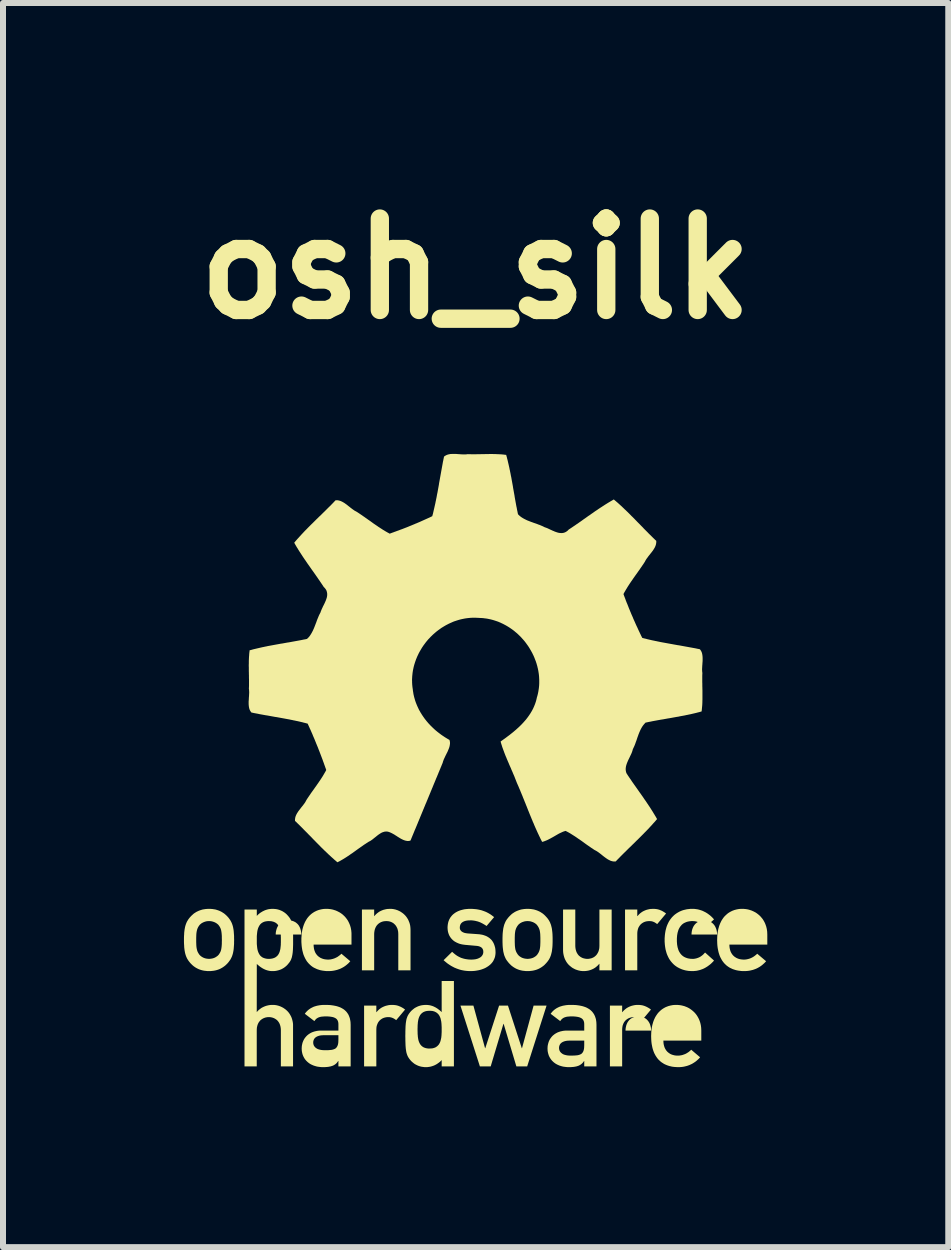
<source format=kicad_pcb>
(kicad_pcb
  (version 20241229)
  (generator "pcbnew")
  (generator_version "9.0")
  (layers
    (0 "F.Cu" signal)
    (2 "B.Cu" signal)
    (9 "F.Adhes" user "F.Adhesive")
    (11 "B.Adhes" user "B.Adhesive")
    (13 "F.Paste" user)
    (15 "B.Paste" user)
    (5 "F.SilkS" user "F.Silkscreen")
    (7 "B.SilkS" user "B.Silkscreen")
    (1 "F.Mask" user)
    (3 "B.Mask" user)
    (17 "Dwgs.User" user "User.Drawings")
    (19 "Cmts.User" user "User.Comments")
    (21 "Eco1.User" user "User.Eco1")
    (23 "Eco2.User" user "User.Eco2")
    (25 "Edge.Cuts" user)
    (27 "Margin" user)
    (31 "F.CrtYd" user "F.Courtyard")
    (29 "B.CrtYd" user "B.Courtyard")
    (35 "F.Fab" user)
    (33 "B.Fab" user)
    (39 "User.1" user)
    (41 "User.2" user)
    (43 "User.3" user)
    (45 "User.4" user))
  (footprint "osh_silk"
    (layer "F.Cu")
    (at 4.877 9.605)
    (property "Reference" "osh_silk" (at 0 -8.178 0) (layer "F.SilkS") (effects (font (size 1.524 1.524) (thickness 0.305))))
    (attr smd)
    (fp_poly (pts (xy 0.966 4.105) (xy 0.773 4.814) (xy 0.769 4.814) (xy 0.539 4.105) (xy 0.391 4.105) (xy 0.161 4.814) (xy 0.157 4.814) (xy -0.037 4.105) (xy -0.253 4.105) (xy 0.071 5.118) (xy 0.251 5.118) (xy 0.463 4.409) (xy 0.467 4.409) (xy 0.679 5.118) (xy 0.859 5.118) (xy 1.182 4.105) (xy 0.966 4.105)) (stroke (width 0) (type solid)) (fill yes) (layer "F.SilkS"))
    (fp_poly (pts (xy -1.859 5.118) (xy -1.655 5.118) (xy -1.655 4.508) (xy -1.654 4.483) (xy -1.652 4.46) (xy -1.647 4.438) (xy -1.64 4.418) (xy -1.632 4.399) (xy -1.623 4.382) (xy -1.612 4.367) (xy -1.6 4.353) (xy -1.587 4.341) (xy -1.573 4.331) (xy -1.558 4.321) (xy -1.543 4.314) (xy -1.526 4.307) (xy -1.51 4.303) (xy -1.493 4.299) (xy -1.475 4.297) (xy -1.458 4.297) (xy -1.436 4.297) (xy -1.417 4.3) (xy -1.398 4.305) (xy -1.38 4.312) (xy -1.362 4.321) (xy -1.343 4.333) (xy -1.324 4.347) (xy -1.176 4.171) (xy -1.193 4.158) (xy -1.21 4.146) (xy -1.228 4.136) (xy -1.246 4.126) (xy -1.265 4.118) (xy -1.284 4.11) (xy -1.303 4.104) (xy -1.323 4.099) (xy -1.344 4.096) (xy -1.366 4.094) (xy -1.388 4.093) (xy -1.41 4.093) (xy -1.433 4.095) (xy -1.455 4.098) (xy -1.476 4.103) (xy -1.497 4.108) (xy -1.517 4.115) (xy -1.536 4.123) (xy -1.555 4.132) (xy -1.573 4.142) (xy -1.59 4.154) (xy -1.607 4.167) (xy -1.622 4.181) (xy -1.637 4.196) (xy -1.651 4.213) (xy -1.655 4.213) (xy -1.655 4.105) (xy -1.859 4.105) (xy -1.859 5.118)) (stroke (width 0) (type solid)) (fill yes) (layer "F.SilkS"))
    (fp_poly (pts (xy 2.238 5.118) (xy 2.442 5.118) (xy 2.442 4.508) (xy 2.443 4.483) (xy 2.446 4.46) (xy 2.45 4.438) (xy 2.457 4.418) (xy 2.465 4.399) (xy 2.474 4.382) (xy 2.485 4.367) (xy 2.497 4.353) (xy 2.51 4.341) (xy 2.524 4.331) (xy 2.539 4.321) (xy 2.554 4.314) (xy 2.571 4.307) (xy 2.587 4.303) (xy 2.605 4.299) (xy 2.622 4.297) (xy 2.64 4.297) (xy 2.661 4.297) (xy 2.681 4.3) (xy 2.699 4.305) (xy 2.717 4.312) (xy 2.735 4.321) (xy 2.754 4.333) (xy 2.774 4.347) (xy 2.922 4.171) (xy 2.905 4.158) (xy 2.887 4.146) (xy 2.869 4.136) (xy 2.851 4.126) (xy 2.833 4.118) (xy 2.813 4.11) (xy 2.794 4.104) (xy 2.774 4.099) (xy 2.753 4.096) (xy 2.732 4.094) (xy 2.71 4.093) (xy 2.687 4.093) (xy 2.664 4.095) (xy 2.643 4.098) (xy 2.621 4.103) (xy 2.601 4.108) (xy 2.581 4.115) (xy 2.561 4.123) (xy 2.543 4.132) (xy 2.525 4.142) (xy 2.507 4.154) (xy 2.491 4.167) (xy 2.475 4.181) (xy 2.46 4.196) (xy 2.446 4.213) (xy 2.442 4.213) (xy 2.442 4.105) (xy 2.238 4.105) (xy 2.238 5.118)) (stroke (width 0) (type solid)) (fill yes) (layer "F.SilkS"))
    (fp_poly (pts (xy 2.49 3.517) (xy 2.694 3.517) (xy 2.694 2.908) (xy 2.695 2.882) (xy 2.698 2.859) (xy 2.703 2.837) (xy 2.709 2.817) (xy 2.717 2.798) (xy 2.727 2.782) (xy 2.738 2.766) (xy 2.749 2.753) (xy 2.763 2.74) (xy 2.777 2.73) (xy 2.791 2.721) (xy 2.807 2.713) (xy 2.823 2.707) (xy 2.84 2.702) (xy 2.857 2.699) (xy 2.875 2.697) (xy 2.892 2.696) (xy 2.914 2.697) (xy 2.933 2.699) (xy 2.952 2.704) (xy 2.97 2.711) (xy 2.988 2.72) (xy 3.006 2.732) (xy 3.026 2.746) (xy 3.174 2.57) (xy 3.157 2.557) (xy 3.14 2.546) (xy 3.122 2.535) (xy 3.104 2.525) (xy 3.085 2.517) (xy 3.066 2.509) (xy 3.047 2.503) (xy 3.026 2.498) (xy 3.006 2.495) (xy 2.984 2.493) (xy 2.962 2.492) (xy 2.939 2.493) (xy 2.917 2.494) (xy 2.895 2.497) (xy 2.874 2.502) (xy 2.853 2.507) (xy 2.833 2.514) (xy 2.814 2.522) (xy 2.795 2.531) (xy 2.777 2.541) (xy 2.76 2.553) (xy 2.743 2.566) (xy 2.727 2.58) (xy 2.713 2.595) (xy 2.698 2.612) (xy 2.694 2.612) (xy 2.694 2.504) (xy 2.49 2.504) (xy 2.49 3.517)) (stroke (width 0) (type solid)) (fill yes) (layer "F.SilkS"))
    (fp_poly (pts (xy -1.895 3.517) (xy -1.691 3.517) (xy -1.691 2.914) (xy -1.69 2.89) (xy -1.687 2.868) (xy -1.683 2.846) (xy -1.677 2.826) (xy -1.67 2.808) (xy -1.661 2.79) (xy -1.651 2.774) (xy -1.64 2.76) (xy -1.627 2.747) (xy -1.613 2.735) (xy -1.598 2.725) (xy -1.582 2.716) (xy -1.565 2.709) (xy -1.547 2.703) (xy -1.528 2.699) (xy -1.509 2.697) (xy -1.489 2.696) (xy -1.469 2.697) (xy -1.45 2.699) (xy -1.431 2.703) (xy -1.414 2.709) (xy -1.397 2.716) (xy -1.381 2.725) (xy -1.366 2.735) (xy -1.353 2.747) (xy -1.34 2.76) (xy -1.329 2.774) (xy -1.319 2.79) (xy -1.31 2.808) (xy -1.302 2.826) (xy -1.297 2.846) (xy -1.292 2.868) (xy -1.29 2.89) (xy -1.289 2.914) (xy -1.289 3.517) (xy -1.085 3.517) (xy -1.085 2.844) (xy -1.086 2.819) (xy -1.088 2.794) (xy -1.091 2.771) (xy -1.096 2.749) (xy -1.102 2.727) (xy -1.11 2.707) (xy -1.118 2.687) (xy -1.127 2.668) (xy -1.138 2.65) (xy -1.149 2.633) (xy -1.161 2.617) (xy -1.174 2.602) (xy -1.188 2.588) (xy -1.202 2.575) (xy -1.217 2.563) (xy -1.233 2.552) (xy -1.249 2.541) (xy -1.265 2.532) (xy -1.282 2.524) (xy -1.299 2.516) (xy -1.317 2.51) (xy -1.334 2.504) (xy -1.352 2.5) (xy -1.37 2.496) (xy -1.388 2.494) (xy -1.405 2.492) (xy -1.423 2.492) (xy -1.446 2.493) (xy -1.468 2.494) (xy -1.49 2.497) (xy -1.511 2.502) (xy -1.532 2.507) (xy -1.552 2.514) (xy -1.571 2.522) (xy -1.59 2.531) (xy -1.608 2.541) (xy -1.625 2.553) (xy -1.642 2.566) (xy -1.658 2.58) (xy -1.673 2.595) (xy -1.687 2.612) (xy -1.691 2.612) (xy -1.691 2.504) (xy -1.895 2.504) (xy -1.895 3.517)) (stroke (width 0) (type solid)) (fill yes) (layer "F.SilkS"))
    (fp_poly (pts (xy 1.457 3.178) (xy 1.458 3.203) (xy 1.46 3.227) (xy 1.464 3.25) (xy 1.469 3.273) (xy 1.475 3.294) (xy 1.482 3.315) (xy 1.49 3.334) (xy 1.5 3.353) (xy 1.51 3.371) (xy 1.521 3.388) (xy 1.533 3.404) (xy 1.546 3.419) (xy 1.56 3.433) (xy 1.575 3.446) (xy 1.59 3.458) (xy 1.605 3.47) (xy 1.621 3.48) (xy 1.638 3.489) (xy 1.655 3.498) (xy 1.672 3.505) (xy 1.69 3.511) (xy 1.708 3.517) (xy 1.726 3.521) (xy 1.743 3.525) (xy 1.761 3.527) (xy 1.779 3.529) (xy 1.797 3.529) (xy 1.82 3.529) (xy 1.842 3.527) (xy 1.863 3.524) (xy 1.884 3.52) (xy 1.905 3.514) (xy 1.925 3.507) (xy 1.944 3.499) (xy 1.963 3.49) (xy 1.98 3.48) (xy 1.998 3.468) (xy 2.014 3.455) (xy 2.03 3.441) (xy 2.045 3.426) (xy 2.059 3.409) (xy 2.063 3.409) (xy 2.063 3.517) (xy 2.267 3.517) (xy 2.267 2.504) (xy 2.063 2.504) (xy 2.063 3.108) (xy 2.062 3.131) (xy 2.06 3.154) (xy 2.055 3.175) (xy 2.05 3.195) (xy 2.042 3.214) (xy 2.033 3.231) (xy 2.023 3.247) (xy 2.012 3.262) (xy 1.999 3.275) (xy 1.986 3.286) (xy 1.971 3.297) (xy 1.955 3.305) (xy 1.938 3.313) (xy 1.92 3.318) (xy 1.902 3.322) (xy 1.883 3.325) (xy 1.863 3.326) (xy 1.843 3.325) (xy 1.823 3.322) (xy 1.805 3.318) (xy 1.787 3.313) (xy 1.77 3.305) (xy 1.754 3.297) (xy 1.739 3.286) (xy 1.725 3.275) (xy 1.712 3.262) (xy 1.701 3.247) (xy 1.691 3.231) (xy 1.682 3.214) (xy 1.675 3.195) (xy 1.669 3.175) (xy 1.665 3.154) (xy 1.662 3.131) (xy 1.661 3.108) (xy 1.661 2.504) (xy 1.457 2.504) (xy 1.457 3.178)) (stroke (width 0) (type solid)) (fill yes) (layer "F.SilkS"))
    (fp_poly (pts (xy 3.824 3.22) (xy 3.809 3.236) (xy 3.794 3.252) (xy 3.778 3.266) (xy 3.761 3.279) (xy 3.743 3.291) (xy 3.724 3.301) (xy 3.704 3.309) (xy 3.684 3.316) (xy 3.662 3.321) (xy 3.64 3.325) (xy 3.618 3.326) (xy 3.597 3.325) (xy 3.578 3.324) (xy 3.559 3.321) (xy 3.541 3.318) (xy 3.523 3.313) (xy 3.507 3.307) (xy 3.491 3.301) (xy 3.476 3.293) (xy 3.461 3.284) (xy 3.448 3.274) (xy 3.435 3.263) (xy 3.424 3.251) (xy 3.413 3.238) (xy 3.403 3.223) (xy 3.394 3.208) (xy 3.385 3.191) (xy 3.378 3.173) (xy 3.372 3.153) (xy 3.366 3.133) (xy 3.362 3.111) (xy 3.358 3.088) (xy 3.356 3.064) (xy 3.354 3.038) (xy 3.354 3.012) (xy 3.354 2.985) (xy 3.356 2.959) (xy 3.358 2.934) (xy 3.362 2.911) (xy 3.366 2.889) (xy 3.372 2.869) (xy 3.378 2.849) (xy 3.385 2.831) (xy 3.394 2.814) (xy 3.403 2.798) (xy 3.413 2.784) (xy 3.424 2.771) (xy 3.435 2.758) (xy 3.448 2.747) (xy 3.461 2.737) (xy 3.476 2.728) (xy 3.491 2.721) (xy 3.507 2.714) (xy 3.523 2.708) (xy 3.541 2.704) (xy 3.559 2.7) (xy 3.578 2.698) (xy 3.597 2.696) (xy 3.618 2.696) (xy 3.64 2.697) (xy 3.662 2.7) (xy 3.684 2.705) (xy 3.704 2.712) (xy 3.724 2.721) (xy 3.743 2.731) (xy 3.761 2.743) (xy 3.778 2.756) (xy 3.794 2.77) (xy 3.809 2.785) (xy 3.824 2.802) (xy 3.973 2.668) (xy 3.96 2.653) (xy 3.946 2.638) (xy 3.932 2.624) (xy 3.917 2.61) (xy 3.901 2.597) (xy 3.885 2.585) (xy 3.869 2.573) (xy 3.852 2.562) (xy 3.834 2.551) (xy 3.816 2.542) (xy 3.798 2.533) (xy 3.779 2.524) (xy 3.759 2.517) (xy 3.74 2.511) (xy 3.719 2.505) (xy 3.698 2.5) (xy 3.677 2.497) (xy 3.655 2.494) (xy 3.633 2.492) (xy 3.61 2.492) (xy 3.592 2.492) (xy 3.574 2.493) (xy 3.556 2.495) (xy 3.538 2.497) (xy 3.521 2.499) (xy 3.503 2.503) (xy 3.486 2.507) (xy 3.469 2.511) (xy 3.452 2.516) (xy 3.435 2.522) (xy 3.419 2.529) (xy 3.402 2.536) (xy 3.387 2.544) (xy 3.371 2.553) (xy 3.356 2.562) (xy 3.341 2.572) (xy 3.326 2.583) (xy 3.312 2.594) (xy 3.299 2.606) (xy 3.286 2.619) (xy 3.273 2.632) (xy 3.261 2.647) (xy 3.249 2.662) (xy 3.238 2.678) (xy 3.227 2.694) (xy 3.217 2.712) (xy 3.208 2.73) (xy 3.199 2.749) (xy 3.191 2.768) (xy 3.183 2.789) (xy 3.177 2.81) (xy 3.171 2.833) (xy 3.165 2.856) (xy 3.161 2.879) (xy 3.157 2.904) (xy 3.154 2.93) (xy 3.152 2.956) (xy 3.15 2.983) (xy 3.15 3.012) (xy 3.15 3.04) (xy 3.152 3.067) (xy 3.154 3.093) (xy 3.157 3.118) (xy 3.161 3.143) (xy 3.165 3.167) (xy 3.171 3.19) (xy 3.177 3.212) (xy 3.183 3.233) (xy 3.191 3.254) (xy 3.199 3.273) (xy 3.208 3.292) (xy 3.217 3.31) (xy 3.227 3.328) (xy 3.238 3.344) (xy 3.249 3.36) (xy 3.261 3.375) (xy 3.273 3.389) (xy 3.286 3.403) (xy 3.299 3.416) (xy 3.312 3.428) (xy 3.326 3.439) (xy 3.341 3.45) (xy 3.356 3.46) (xy 3.371 3.469) (xy 3.387 3.477) (xy 3.402 3.485) (xy 3.419 3.492) (xy 3.435 3.499) (xy 3.452 3.505) (xy 3.469 3.51) (xy 3.486 3.515) (xy 3.503 3.519) (xy 3.521 3.522) (xy 3.538 3.525) (xy 3.556 3.527) (xy 3.574 3.528) (xy 3.592 3.529) (xy 3.61 3.529) (xy 3.633 3.529) (xy 3.655 3.527) (xy 3.677 3.525) (xy 3.698 3.521) (xy 3.719 3.516) (xy 3.74 3.511) (xy 3.759 3.504) (xy 3.779 3.497) (xy 3.798 3.489) (xy 3.816 3.48) (xy 3.834 3.47) (xy 3.852 3.459) (xy 3.869 3.448) (xy 3.885 3.436) (xy 3.901 3.424) (xy 3.917 3.411) (xy 3.932 3.397) (xy 3.946 3.383) (xy 3.96 3.369) (xy 3.973 3.354) (xy 3.824 3.22)) (stroke (width 0) (type solid)) (fill yes) (layer "F.SilkS"))
    (fp_poly (pts (xy -2.287 5.118) (xy -2.083 5.118) (xy -2.287 4.672) (xy -2.288 4.697) (xy -2.289 4.72) (xy -2.292 4.74) (xy -2.296 4.758) (xy -2.302 4.774) (xy -2.309 4.788) (xy -2.317 4.8) (xy -2.326 4.811) (xy -2.337 4.82) (xy -2.35 4.827) (xy -2.365 4.833) (xy -2.381 4.838) (xy -2.398 4.842) (xy -2.418 4.844) (xy -2.439 4.846) (xy -2.463 4.848) (xy -2.488 4.848) (xy -2.515 4.848) (xy -2.545 4.847) (xy -2.573 4.844) (xy -2.598 4.839) (xy -2.619 4.833) (xy -2.639 4.825) (xy -2.655 4.815) (xy -2.67 4.804) (xy -2.681 4.792) (xy -2.691 4.779) (xy -2.698 4.766) (xy -2.703 4.751) (xy -2.706 4.736) (xy -2.707 4.72) (xy -2.706 4.702) (xy -2.702 4.686) (xy -2.696 4.67) (xy -2.688 4.656) (xy -2.677 4.643) (xy -2.664 4.632) (xy -2.648 4.622) (xy -2.63 4.614) (xy -2.609 4.607) (xy -2.586 4.602) (xy -2.56 4.599) (xy -2.531 4.598) (xy -2.287 4.598) (xy -2.287 4.672) (xy -2.083 5.118) (xy -2.083 4.427) (xy -2.084 4.403) (xy -2.085 4.38) (xy -2.088 4.359) (xy -2.092 4.338) (xy -2.096 4.318) (xy -2.102 4.3) (xy -2.109 4.282) (xy -2.116 4.265) (xy -2.124 4.249) (xy -2.134 4.234) (xy -2.144 4.22) (xy -2.155 4.206) (xy -2.167 4.194) (xy -2.18 4.182) (xy -2.193 4.171) (xy -2.208 4.161) (xy -2.223 4.152) (xy -2.239 4.143) (xy -2.255 4.135) (xy -2.273 4.128) (xy -2.291 4.122) (xy -2.309 4.116) (xy -2.329 4.111) (xy -2.349 4.107) (xy -2.369 4.103) (xy -2.391 4.1) (xy -2.412 4.097) (xy -2.435 4.095) (xy -2.458 4.094) (xy -2.481 4.093) (xy -2.505 4.093) (xy -2.53 4.093) (xy -2.554 4.094) (xy -2.578 4.096) (xy -2.601 4.099) (xy -2.623 4.103) (xy -2.644 4.107) (xy -2.665 4.113) (xy -2.685 4.119) (xy -2.704 4.126) (xy -2.722 4.135) (xy -2.74 4.144) (xy -2.757 4.154) (xy -2.774 4.166) (xy -2.79 4.178) (xy -2.805 4.192) (xy -2.82 4.207) (xy -2.834 4.223) (xy -2.847 4.241) (xy -2.687 4.363) (xy -2.677 4.348) (xy -2.666 4.335) (xy -2.654 4.323) (xy -2.64 4.314) (xy -2.625 4.305) (xy -2.609 4.299) (xy -2.591 4.293) (xy -2.57 4.289) (xy -2.548 4.287) (xy -2.523 4.285) (xy -2.495 4.285) (xy -2.465 4.285) (xy -2.438 4.287) (xy -2.413 4.29) (xy -2.39 4.294) (xy -2.37 4.299) (xy -2.352 4.306) (xy -2.336 4.314) (xy -2.323 4.323) (xy -2.312 4.334) (xy -2.303 4.347) (xy -2.296 4.361) (xy -2.291 4.377) (xy -2.288 4.395) (xy -2.287 4.415) (xy -2.287 4.521) (xy -2.569 4.521) (xy -2.595 4.521) (xy -2.619 4.523) (xy -2.643 4.526) (xy -2.666 4.531) (xy -2.687 4.536) (xy -2.708 4.543) (xy -2.727 4.55) (xy -2.746 4.559) (xy -2.763 4.569) (xy -2.779 4.579) (xy -2.795 4.591) (xy -2.809 4.603) (xy -2.822 4.616) (xy -2.834 4.63) (xy -2.846 4.645) (xy -2.856 4.66) (xy -2.865 4.676) (xy -2.873 4.693) (xy -2.88 4.71) (xy -2.886 4.727) (xy -2.89 4.745) (xy -2.894 4.763) (xy -2.897 4.782) (xy -2.898 4.801) (xy -2.899 4.82) (xy -2.898 4.84) (xy -2.897 4.859) (xy -2.894 4.877) (xy -2.89 4.896) (xy -2.886 4.913) (xy -2.88 4.93) (xy -2.873 4.947) (xy -2.865 4.963) (xy -2.856 4.979) (xy -2.847 4.994) (xy -2.836 5.008) (xy -2.824 5.022) (xy -2.811 5.035) (xy -2.798 5.047) (xy -2.783 5.059) (xy -2.768 5.07) (xy -2.752 5.08) (xy -2.734 5.089) (xy -2.716 5.097) (xy -2.697 5.105) (xy -2.677 5.111) (xy -2.657 5.117) (xy -2.635 5.122) (xy -2.613 5.125) (xy -2.59 5.128) (xy -2.566 5.13) (xy -2.541 5.13) (xy -2.513 5.13) (xy -2.486 5.128) (xy -2.461 5.126) (xy -2.439 5.122) (xy -2.418 5.118) (xy -2.398 5.112) (xy -2.38 5.106) (xy -2.364 5.098) (xy -2.349 5.089) (xy -2.335 5.079) (xy -2.322 5.068) (xy -2.311 5.056) (xy -2.301 5.043) (xy -2.291 5.028) (xy -2.287 5.028) (xy -2.287 5.118)) (stroke (width 0) (type solid)) (fill yes) (layer "F.SilkS"))
    (fp_poly (pts (xy -0.566 5.118) (xy -0.362 5.118) (xy -0.581 4.335) (xy -0.577 4.352) (xy -0.573 4.371) (xy -0.571 4.389) (xy -0.569 4.408) (xy -0.568 4.427) (xy -0.567 4.447) (xy -0.566 4.466) (xy -0.566 4.486) (xy -0.566 4.505) (xy -0.566 4.524) (xy -0.566 4.544) (xy -0.567 4.563) (xy -0.568 4.583) (xy -0.569 4.602) (xy -0.571 4.621) (xy -0.573 4.64) (xy -0.577 4.658) (xy -0.581 4.676) (xy -0.585 4.693) (xy -0.591 4.71) (xy -0.598 4.726) (xy -0.606 4.741) (xy -0.615 4.755) (xy -0.626 4.767) (xy -0.638 4.779) (xy -0.651 4.789) (xy -0.666 4.799) (xy -0.682 4.806) (xy -0.7 4.812) (xy -0.72 4.817) (xy -0.742 4.819) (xy -0.766 4.82) (xy -0.79 4.82) (xy -0.812 4.817) (xy -0.832 4.813) (xy -0.85 4.807) (xy -0.867 4.8) (xy -0.882 4.791) (xy -0.895 4.781) (xy -0.907 4.77) (xy -0.918 4.757) (xy -0.927 4.744) (xy -0.935 4.729) (xy -0.942 4.714) (xy -0.948 4.698) (xy -0.953 4.681) (xy -0.957 4.663) (xy -0.96 4.644) (xy -0.963 4.625) (xy -0.964 4.606) (xy -0.966 4.586) (xy -0.967 4.566) (xy -0.967 4.546) (xy -0.968 4.525) (xy -0.968 4.505) (xy -0.968 4.484) (xy -0.967 4.464) (xy -0.967 4.444) (xy -0.966 4.424) (xy -0.964 4.404) (xy -0.963 4.385) (xy -0.96 4.366) (xy -0.957 4.348) (xy -0.953 4.33) (xy -0.948 4.313) (xy -0.942 4.297) (xy -0.935 4.282) (xy -0.927 4.267) (xy -0.918 4.254) (xy -0.907 4.241) (xy -0.895 4.23) (xy -0.882 4.22) (xy -0.867 4.211) (xy -0.85 4.204) (xy -0.832 4.198) (xy -0.812 4.194) (xy -0.79 4.192) (xy -0.766 4.191) (xy -0.742 4.192) (xy -0.72 4.194) (xy -0.7 4.199) (xy -0.682 4.205) (xy -0.666 4.213) (xy -0.651 4.222) (xy -0.638 4.232) (xy -0.626 4.244) (xy -0.615 4.256) (xy -0.606 4.27) (xy -0.598 4.285) (xy -0.591 4.301) (xy -0.585 4.317) (xy -0.581 4.335) (xy -0.362 5.118) (xy -0.362 3.695) (xy -0.566 3.695) (xy -0.566 4.213) (xy -0.582 4.198) (xy -0.599 4.183) (xy -0.616 4.17) (xy -0.633 4.157) (xy -0.65 4.146) (xy -0.668 4.135) (xy -0.686 4.126) (xy -0.705 4.117) (xy -0.724 4.11) (xy -0.744 4.104) (xy -0.764 4.099) (xy -0.784 4.096) (xy -0.806 4.094) (xy -0.828 4.093) (xy -0.852 4.094) (xy -0.875 4.096) (xy -0.898 4.099) (xy -0.92 4.104) (xy -0.94 4.11) (xy -0.96 4.117) (xy -0.979 4.126) (xy -0.997 4.135) (xy -1.015 4.145) (xy -1.031 4.157) (xy -1.046 4.169) (xy -1.061 4.182) (xy -1.075 4.195) (xy -1.088 4.21) (xy -1.1 4.225) (xy -1.108 4.236) (xy -1.116 4.247) (xy -1.123 4.259) (xy -1.13 4.271) (xy -1.136 4.284) (xy -1.141 4.297) (xy -1.146 4.311) (xy -1.151 4.326) (xy -1.155 4.343) (xy -1.158 4.361) (xy -1.161 4.38) (xy -1.164 4.401) (xy -1.166 4.424) (xy -1.168 4.449) (xy -1.169 4.476) (xy -1.17 4.506) (xy -1.171 4.538) (xy -1.171 4.573) (xy -1.172 4.611) (xy -1.171 4.649) (xy -1.171 4.684) (xy -1.17 4.716) (xy -1.169 4.746) (xy -1.168 4.773) (xy -1.166 4.798) (xy -1.164 4.821) (xy -1.161 4.843) (xy -1.158 4.862) (xy -1.155 4.88) (xy -1.151 4.896) (xy -1.146 4.912) (xy -1.141 4.926) (xy -1.136 4.939) (xy -1.13 4.952) (xy -1.123 4.964) (xy -1.116 4.976) (xy -1.108 4.987) (xy -1.1 4.998) (xy -1.088 5.013) (xy -1.075 5.028) (xy -1.061 5.041) (xy -1.046 5.054) (xy -1.031 5.066) (xy -1.015 5.078) (xy -0.997 5.088) (xy -0.979 5.097) (xy -0.96 5.106) (xy -0.94 5.113) (xy -0.92 5.119) (xy -0.898 5.124) (xy -0.875 5.127) (xy -0.852 5.13) (xy -0.828 5.13) (xy -0.806 5.13) (xy -0.784 5.127) (xy -0.762 5.124) (xy -0.741 5.119) (xy -0.721 5.113) (xy -0.701 5.106) (xy -0.682 5.098) (xy -0.663 5.088) (xy -0.645 5.078) (xy -0.628 5.066) (xy -0.611 5.054) (xy -0.595 5.041) (xy -0.58 5.027) (xy -0.566 5.012) (xy -0.566 5.118)) (stroke (width 0) (type solid)) (fill yes) (layer "F.SilkS"))
    (fp_poly (pts (xy 1.81 5.118) (xy 1.81 4.762) (xy 1.809 4.787) (xy 1.808 4.81) (xy 1.805 4.83) (xy 1.801 4.848) (xy 1.795 4.864) (xy 1.789 4.878) (xy 1.78 4.89) (xy 1.771 4.901) (xy 1.76 4.91) (xy 1.747 4.917) (xy 1.733 4.923) (xy 1.717 4.928) (xy 1.699 4.932) (xy 1.679 4.934) (xy 1.658 4.936) (xy 1.635 4.937) (xy 1.609 4.938) (xy 1.582 4.938) (xy 1.552 4.937) (xy 1.524 4.934) (xy 1.5 4.929) (xy 1.478 4.923) (xy 1.458 4.915) (xy 1.442 4.905) (xy 1.428 4.894) (xy 1.416 4.882) (xy 1.406 4.869) (xy 1.399 4.856) (xy 1.394 4.841) (xy 1.391 4.826) (xy 1.39 4.81) (xy 1.391 4.792) (xy 1.395 4.776) (xy 1.401 4.76) (xy 1.409 4.746) (xy 1.42 4.733) (xy 1.433 4.722) (xy 1.449 4.712) (xy 1.467 4.704) (xy 1.488 4.697) (xy 1.511 4.692) (xy 1.537 4.689) (xy 1.566 4.688) (xy 1.81 4.688) (xy 1.81 4.762) (xy 1.81 5.118) (xy 2.014 5.118) (xy 2.014 4.427) (xy 2.013 4.403) (xy 2.012 4.38) (xy 2.009 4.359) (xy 2.006 4.338) (xy 2.001 4.318) (xy 1.995 4.3) (xy 1.989 4.282) (xy 1.981 4.265) (xy 1.973 4.249) (xy 1.963 4.234) (xy 1.953 4.22) (xy 1.942 4.206) (xy 1.93 4.194) (xy 1.917 4.182) (xy 1.904 4.171) (xy 1.889 4.161) (xy 1.874 4.152) (xy 1.858 4.143) (xy 1.842 4.135) (xy 1.824 4.128) (xy 1.806 4.122) (xy 1.788 4.116) (xy 1.768 4.111) (xy 1.748 4.107) (xy 1.728 4.103) (xy 1.707 4.1) (xy 1.685 4.097) (xy 1.662 4.095) (xy 1.639 4.094) (xy 1.616 4.093) (xy 1.592 4.093) (xy 1.567 4.093) (xy 1.543 4.094) (xy 1.519 4.096) (xy 1.497 4.099) (xy 1.475 4.103) (xy 1.453 4.107) (xy 1.433 4.113) (xy 1.413 4.119) (xy 1.393 4.126) (xy 1.375 4.135) (xy 1.357 4.144) (xy 1.34 4.154) (xy 1.323 4.166) (xy 1.307 4.178) (xy 1.292 4.192) (xy 1.277 4.207) (xy 1.264 4.223) (xy 1.25 4.241) (xy 1.41 4.363) (xy 1.42 4.348) (xy 1.431 4.335) (xy 1.444 4.323) (xy 1.457 4.314) (xy 1.472 4.305) (xy 1.488 4.299) (xy 1.507 4.293) (xy 1.527 4.289) (xy 1.55 4.287) (xy 1.574 4.285) (xy 1.602 4.285) (xy 1.632 4.285) (xy 1.659 4.287) (xy 1.684 4.29) (xy 1.707 4.294) (xy 1.727 4.299) (xy 1.745 4.306) (xy 1.761 4.314) (xy 1.774 4.323) (xy 1.785 4.334) (xy 1.794 4.347) (xy 1.801 4.361) (xy 1.806 4.377) (xy 1.809 4.395) (xy 1.81 4.415) (xy 1.81 4.521) (xy 1.528 4.521) (xy 1.502 4.521) (xy 1.478 4.523) (xy 1.454 4.526) (xy 1.432 4.531) (xy 1.41 4.536) (xy 1.39 4.543) (xy 1.37 4.55) (xy 1.352 4.559) (xy 1.334 4.569) (xy 1.318 4.579) (xy 1.303 4.591) (xy 1.288 4.603) (xy 1.275 4.616) (xy 1.263 4.63) (xy 1.252 4.645) (xy 1.241 4.66) (xy 1.232 4.676) (xy 1.224 4.693) (xy 1.217 4.71) (xy 1.212 4.727) (xy 1.207 4.745) (xy 1.203 4.763) (xy 1.2 4.782) (xy 1.199 4.801) (xy 1.198 4.82) (xy 1.199 4.84) (xy 1.2 4.859) (xy 1.203 4.877) (xy 1.207 4.896) (xy 1.212 4.913) (xy 1.217 4.93) (xy 1.224 4.947) (xy 1.232 4.963) (xy 1.241 4.979) (xy 1.251 4.994) (xy 1.261 5.008) (xy 1.273 5.022) (xy 1.286 5.035) (xy 1.299 5.047) (xy 1.314 5.059) (xy 1.329 5.07) (xy 1.346 5.08) (xy 1.363 5.089) (xy 1.381 5.097) (xy 1.4 5.105) (xy 1.42 5.111) (xy 1.44 5.117) (xy 1.462 5.122) (xy 1.484 5.125) (xy 1.507 5.128) (xy 1.531 5.13) (xy 1.556 5.13) (xy 1.585 5.13) (xy 1.611 5.128) (xy 1.636 5.126) (xy 1.659 5.122) (xy 1.68 5.118) (xy 1.699 5.112) (xy 1.717 5.106) (xy 1.733 5.098) (xy 1.748 5.089) (xy 1.762 5.079) (xy 1.775 5.068) (xy 1.786 5.056) (xy 1.797 5.043) (xy 1.806 5.028) (xy 1.81 5.028) (xy 1.81 5.118) (xy 1.81 5.118)) (stroke (width 0) (type solid)) (fill yes) (layer "F.SilkS"))
    (fp_poly (pts (xy -2.069 3.088) (xy -2.069 2.92) (xy -2.069 2.896) (xy -2.071 2.873) (xy -2.073 2.851) (xy -2.077 2.829) (xy -2.081 2.808) (xy -2.087 2.787) (xy -2.093 2.767) (xy -2.101 2.747) (xy -2.109 2.728) (xy -2.118 2.71) (xy -2.127 2.692) (xy -2.138 2.675) (xy -2.149 2.659) (xy -2.161 2.644) (xy -2.173 2.629) (xy -2.187 2.614) (xy -2.201 2.601) (xy -2.215 2.588) (xy -2.23 2.576) (xy -2.246 2.565) (xy -2.262 2.554) (xy -2.279 2.545) (xy -2.296 2.536) (xy -2.313 2.528) (xy -2.331 2.52) (xy -2.35 2.514) (xy -2.368 2.508) (xy -2.387 2.503) (xy -2.407 2.499) (xy -2.426 2.496) (xy -2.446 2.494) (xy -2.466 2.492) (xy -2.486 2.492) (xy -2.502 2.492) (xy -2.518 2.493) (xy -2.533 2.494) (xy -2.549 2.496) (xy -2.565 2.499) (xy -2.58 2.502) (xy -2.596 2.506) (xy -2.611 2.51) (xy -3.193 2.696) (xy -3.175 2.691) (xy -3.157 2.687) (xy -3.138 2.685) (xy -3.118 2.684) (xy -3.098 2.685) (xy -3.079 2.687) (xy -3.061 2.691) (xy -3.043 2.696) (xy -3.027 2.703) (xy -3.011 2.711) (xy -2.996 2.72) (xy -2.982 2.732) (xy -2.968 2.744) (xy -2.956 2.758) (xy -2.945 2.773) (xy -2.936 2.79) (xy -2.927 2.808) (xy -2.92 2.828) (xy -2.914 2.849) (xy -2.909 2.871) (xy -2.906 2.895) (xy -2.904 2.92) (xy -3.332 2.92) (xy -3.331 2.895) (xy -3.328 2.871) (xy -3.323 2.849) (xy -3.317 2.828) (xy -3.31 2.808) (xy -3.301 2.79) (xy -3.292 2.773) (xy -3.281 2.758) (xy -3.269 2.744) (xy -3.255 2.732) (xy -3.241 2.72) (xy -3.226 2.711) (xy -3.21 2.703) (xy -3.193 2.696) (xy -2.611 2.51) (xy -2.627 2.515) (xy -2.642 2.521) (xy -2.657 2.527) (xy -2.672 2.535) (xy -2.687 2.542) (xy -2.701 2.551) (xy -2.715 2.56) (xy -2.729 2.57) (xy -2.743 2.581) (xy -2.756 2.593) (xy -2.769 2.605) (xy -2.781 2.618) (xy -2.793 2.632) (xy -2.805 2.647) (xy -2.816 2.663) (xy -2.826 2.68) (xy -2.836 2.697) (xy -2.846 2.716) (xy -2.854 2.735) (xy -2.863 2.756) (xy -2.87 2.777) (xy -2.877 2.799) (xy -2.883 2.822) (xy -2.889 2.846) (xy -2.893 2.872) (xy -2.897 2.898) (xy -2.9 2.925) (xy -2.902 2.954) (xy -2.904 2.983) (xy -2.904 3.014) (xy -2.904 3.044) (xy -2.902 3.074) (xy -2.9 3.102) (xy -2.897 3.129) (xy -2.893 3.155) (xy -2.889 3.18) (xy -2.883 3.204) (xy -2.877 3.227) (xy -2.871 3.249) (xy -2.863 3.27) (xy -2.855 3.289) (xy -2.846 3.308) (xy -2.837 3.326) (xy -2.827 3.343) (xy -2.817 3.36) (xy -2.806 3.375) (xy -2.794 3.389) (xy -2.782 3.403) (xy -2.77 3.415) (xy -2.757 3.427) (xy -2.744 3.439) (xy -2.731 3.449) (xy -2.717 3.459) (xy -2.703 3.468) (xy -2.688 3.476) (xy -2.673 3.483) (xy -2.658 3.49) (xy -2.643 3.497) (xy -2.628 3.502) (xy -2.612 3.507) (xy -2.597 3.512) (xy -2.581 3.516) (xy -2.565 3.519) (xy -2.549 3.522) (xy -2.533 3.524) (xy -2.518 3.526) (xy -2.502 3.528) (xy -2.486 3.529) (xy -2.47 3.529) (xy -2.454 3.529) (xy -2.433 3.529) (xy -2.412 3.528) (xy -2.391 3.526) (xy -2.37 3.523) (xy -2.349 3.519) (xy -2.328 3.514) (xy -2.308 3.509) (xy -2.288 3.502) (xy -2.268 3.495) (xy -2.248 3.487) (xy -2.229 3.477) (xy -2.21 3.467) (xy -2.192 3.456) (xy -2.173 3.443) (xy -2.156 3.43) (xy -2.138 3.415) (xy -2.121 3.4) (xy -2.105 3.383) (xy -2.089 3.365) (xy -2.237 3.24) (xy -2.252 3.255) (xy -2.268 3.268) (xy -2.286 3.281) (xy -2.303 3.293) (xy -2.322 3.303) (xy -2.341 3.312) (xy -2.36 3.32) (xy -2.38 3.326) (xy -2.399 3.331) (xy -2.419 3.335) (xy -2.439 3.337) (xy -2.458 3.338) (xy -2.479 3.337) (xy -2.499 3.335) (xy -2.519 3.332) (xy -2.537 3.328) (xy -2.555 3.322) (xy -2.572 3.315) (xy -2.589 3.307) (xy -2.604 3.297) (xy -2.618 3.287) (xy -2.632 3.275) (xy -2.644 3.262) (xy -2.656 3.247) (xy -2.666 3.232) (xy -2.675 3.215) (xy -2.682 3.197) (xy -2.689 3.177) (xy -2.694 3.157) (xy -2.697 3.135) (xy -2.7 3.112) (xy -2.7 3.088) (xy -2.069 3.088)) (stroke (width 0) (type solid)) (fill yes) (layer "F.SilkS"))
    (fp_poly (pts (xy 3.761 4.688) (xy 3.761 4.52) (xy 3.76 4.497) (xy 3.759 4.474) (xy 3.756 4.451) (xy 3.753 4.43) (xy 3.748 4.408) (xy 3.743 4.388) (xy 3.736 4.367) (xy 3.729 4.348) (xy 3.721 4.329) (xy 3.712 4.311) (xy 3.702 4.293) (xy 3.692 4.276) (xy 3.681 4.26) (xy 3.669 4.244) (xy 3.656 4.229) (xy 3.643 4.215) (xy 3.629 4.202) (xy 3.614 4.189) (xy 3.599 4.177) (xy 3.584 4.166) (xy 3.568 4.155) (xy 3.551 4.145) (xy 3.534 4.136) (xy 3.516 4.128) (xy 3.498 4.121) (xy 3.48 4.114) (xy 3.461 4.109) (xy 3.442 4.104) (xy 3.423 4.1) (xy 3.403 4.097) (xy 3.383 4.095) (xy 3.363 4.093) (xy 3.343 4.093) (xy 3.328 4.093) (xy 3.312 4.094) (xy 3.296 4.095) (xy 3.281 4.097) (xy 3.265 4.1) (xy 3.249 4.103) (xy 3.234 4.107) (xy 3.218 4.111) (xy 2.637 4.297) (xy 2.654 4.291) (xy 2.673 4.288) (xy 2.692 4.285) (xy 2.712 4.285) (xy 2.731 4.285) (xy 2.75 4.288) (xy 2.769 4.291) (xy 2.786 4.297) (xy 2.803 4.303) (xy 2.819 4.312) (xy 2.834 4.321) (xy 2.848 4.332) (xy 2.861 4.345) (xy 2.873 4.359) (xy 2.884 4.374) (xy 2.894 4.391) (xy 2.903 4.409) (xy 2.91 4.429) (xy 2.916 4.45) (xy 2.921 4.472) (xy 2.924 4.496) (xy 2.925 4.521) (xy 2.498 4.521) (xy 2.499 4.496) (xy 2.502 4.472) (xy 2.507 4.45) (xy 2.512 4.429) (xy 2.52 4.409) (xy 2.528 4.391) (xy 2.538 4.374) (xy 2.549 4.359) (xy 2.561 4.345) (xy 2.574 4.332) (xy 2.589 4.321) (xy 2.604 4.312) (xy 2.62 4.303) (xy 2.637 4.297) (xy 3.218 4.111) (xy 3.203 4.116) (xy 3.188 4.122) (xy 3.172 4.128) (xy 3.158 4.135) (xy 3.143 4.143) (xy 3.128 4.152) (xy 3.114 4.161) (xy 3.1 4.171) (xy 3.087 4.182) (xy 3.074 4.193) (xy 3.061 4.206) (xy 3.048 4.219) (xy 3.036 4.233) (xy 3.025 4.248) (xy 3.014 4.264) (xy 3.003 4.281) (xy 2.993 4.298) (xy 2.984 4.317) (xy 2.975 4.336) (xy 2.967 4.356) (xy 2.959 4.378) (xy 2.953 4.4) (xy 2.946 4.423) (xy 2.941 4.447) (xy 2.936 4.472) (xy 2.932 4.499) (xy 2.929 4.526) (xy 2.927 4.554) (xy 2.926 4.584) (xy 2.925 4.614) (xy 2.926 4.645) (xy 2.927 4.674) (xy 2.929 4.703) (xy 2.932 4.73) (xy 2.936 4.756) (xy 2.941 4.781) (xy 2.946 4.805) (xy 2.952 4.828) (xy 2.959 4.85) (xy 2.966 4.87) (xy 2.974 4.89) (xy 2.983 4.909) (xy 2.993 4.927) (xy 3.002 4.944) (xy 3.013 4.96) (xy 3.024 4.976) (xy 3.035 4.99) (xy 3.047 5.004) (xy 3.06 5.016) (xy 3.072 5.028) (xy 3.085 5.039) (xy 3.099 5.05) (xy 3.113 5.059) (xy 3.127 5.068) (xy 3.141 5.077) (xy 3.156 5.084) (xy 3.171 5.091) (xy 3.186 5.097) (xy 3.202 5.103) (xy 3.217 5.108) (xy 3.233 5.113) (xy 3.249 5.116) (xy 3.264 5.12) (xy 3.28 5.123) (xy 3.296 5.125) (xy 3.312 5.127) (xy 3.328 5.128) (xy 3.344 5.129) (xy 3.359 5.13) (xy 3.375 5.13) (xy 3.397 5.13) (xy 3.418 5.129) (xy 3.439 5.127) (xy 3.46 5.124) (xy 3.481 5.12) (xy 3.501 5.115) (xy 3.522 5.11) (xy 3.542 5.103) (xy 3.562 5.096) (xy 3.581 5.087) (xy 3.601 5.078) (xy 3.619 5.068) (xy 3.638 5.056) (xy 3.656 5.044) (xy 3.674 5.031) (xy 3.691 5.016) (xy 3.708 5.001) (xy 3.725 4.984) (xy 3.741 4.966) (xy 3.593 4.84) (xy 3.577 4.855) (xy 3.561 4.869) (xy 3.544 4.882) (xy 3.526 4.893) (xy 3.508 4.904) (xy 3.489 4.913) (xy 3.469 4.92) (xy 3.45 4.927) (xy 3.43 4.932) (xy 3.41 4.935) (xy 3.391 4.938) (xy 3.371 4.938) (xy 3.35 4.938) (xy 3.33 4.936) (xy 3.311 4.933) (xy 3.292 4.928) (xy 3.274 4.923) (xy 3.257 4.916) (xy 3.241 4.908) (xy 3.226 4.898) (xy 3.211 4.887) (xy 3.198 4.876) (xy 3.185 4.862) (xy 3.174 4.848) (xy 3.164 4.832) (xy 3.155 4.816) (xy 3.147 4.797) (xy 3.141 4.778) (xy 3.136 4.758) (xy 3.132 4.736) (xy 3.13 4.713) (xy 3.129 4.688) (xy 3.761 4.688)) (stroke (width 0) (type solid)) (fill yes) (layer "F.SilkS"))
    (fp_poly (pts (xy 4.861 3.088) (xy 4.861 2.92) (xy 4.86 2.896) (xy 4.859 2.873) (xy 4.856 2.851) (xy 4.853 2.829) (xy 4.848 2.808) (xy 4.843 2.787) (xy 4.836 2.767) (xy 4.829 2.747) (xy 4.821 2.728) (xy 4.812 2.71) (xy 4.802 2.692) (xy 4.792 2.675) (xy 4.781 2.659) (xy 4.769 2.644) (xy 4.756 2.629) (xy 4.743 2.614) (xy 4.729 2.601) (xy 4.714 2.588) (xy 4.699 2.576) (xy 4.684 2.565) (xy 4.668 2.554) (xy 4.651 2.545) (xy 4.634 2.536) (xy 4.616 2.528) (xy 4.598 2.52) (xy 4.58 2.514) (xy 4.561 2.508) (xy 4.542 2.503) (xy 4.523 2.499) (xy 4.503 2.496) (xy 4.483 2.494) (xy 4.463 2.492) (xy 4.443 2.492) (xy 4.428 2.492) (xy 4.412 2.493) (xy 4.396 2.494) (xy 4.381 2.496) (xy 4.365 2.499) (xy 4.349 2.502) (xy 4.334 2.506) (xy 4.318 2.51) (xy 3.737 2.696) (xy 3.754 2.691) (xy 3.773 2.687) (xy 3.792 2.685) (xy 3.811 2.684) (xy 3.831 2.685) (xy 3.85 2.687) (xy 3.869 2.691) (xy 3.886 2.696) (xy 3.903 2.703) (xy 3.919 2.711) (xy 3.934 2.72) (xy 3.948 2.732) (xy 3.961 2.744) (xy 3.973 2.758) (xy 3.984 2.773) (xy 3.994 2.79) (xy 4.002 2.808) (xy 4.01 2.828) (xy 4.016 2.849) (xy 4.02 2.871) (xy 4.024 2.895) (xy 4.025 2.92) (xy 3.598 2.92) (xy 3.599 2.895) (xy 3.602 2.871) (xy 3.606 2.849) (xy 3.612 2.828) (xy 3.62 2.808) (xy 3.628 2.79) (xy 3.638 2.773) (xy 3.649 2.758) (xy 3.661 2.744) (xy 3.674 2.732) (xy 3.688 2.72) (xy 3.704 2.711) (xy 3.72 2.703) (xy 3.737 2.696) (xy 4.318 2.51) (xy 4.303 2.515) (xy 4.288 2.521) (xy 4.272 2.527) (xy 4.258 2.535) (xy 4.243 2.542) (xy 4.228 2.551) (xy 4.214 2.56) (xy 4.2 2.57) (xy 4.187 2.581) (xy 4.174 2.593) (xy 4.161 2.605) (xy 4.148 2.618) (xy 4.136 2.632) (xy 4.125 2.647) (xy 4.114 2.663) (xy 4.103 2.68) (xy 4.093 2.697) (xy 4.084 2.716) (xy 4.075 2.735) (xy 4.067 2.756) (xy 4.059 2.777) (xy 4.053 2.799) (xy 4.046 2.822) (xy 4.041 2.846) (xy 4.036 2.872) (xy 4.032 2.898) (xy 4.029 2.925) (xy 4.027 2.954) (xy 4.026 2.983) (xy 4.025 3.014) (xy 4.026 3.044) (xy 4.027 3.074) (xy 4.029 3.102) (xy 4.032 3.129) (xy 4.036 3.155) (xy 4.041 3.18) (xy 4.046 3.204) (xy 4.052 3.227) (xy 4.059 3.249) (xy 4.066 3.27) (xy 4.074 3.289) (xy 4.083 3.308) (xy 4.093 3.326) (xy 4.102 3.343) (xy 4.113 3.36) (xy 4.124 3.375) (xy 4.135 3.389) (xy 4.147 3.403) (xy 4.159 3.415) (xy 4.172 3.427) (xy 4.185 3.439) (xy 4.199 3.449) (xy 4.213 3.459) (xy 4.227 3.468) (xy 4.241 3.476) (xy 4.256 3.483) (xy 4.271 3.49) (xy 4.286 3.497) (xy 4.302 3.502) (xy 4.317 3.507) (xy 4.333 3.512) (xy 4.349 3.516) (xy 4.364 3.519) (xy 4.38 3.522) (xy 4.396 3.524) (xy 4.412 3.526) (xy 4.428 3.528) (xy 4.444 3.529) (xy 4.459 3.529) (xy 4.475 3.529) (xy 4.497 3.529) (xy 4.518 3.528) (xy 4.539 3.526) (xy 4.56 3.523) (xy 4.581 3.519) (xy 4.601 3.514) (xy 4.622 3.509) (xy 4.642 3.502) (xy 4.662 3.495) (xy 4.681 3.487) (xy 4.701 3.477) (xy 4.719 3.467) (xy 4.738 3.456) (xy 4.756 3.443) (xy 4.774 3.43) (xy 4.791 3.415) (xy 4.808 3.4) (xy 4.825 3.383) (xy 4.841 3.365) (xy 4.693 3.24) (xy 4.677 3.255) (xy 4.661 3.268) (xy 4.644 3.281) (xy 4.626 3.293) (xy 4.608 3.303) (xy 4.589 3.312) (xy 4.57 3.32) (xy 4.55 3.326) (xy 4.53 3.331) (xy 4.51 3.335) (xy 4.491 3.337) (xy 4.471 3.338) (xy 4.45 3.337) (xy 4.43 3.335) (xy 4.411 3.332) (xy 4.392 3.328) (xy 4.374 3.322) (xy 4.357 3.315) (xy 4.341 3.307) (xy 4.326 3.297) (xy 4.311 3.287) (xy 4.298 3.275) (xy 4.285 3.262) (xy 4.274 3.247) (xy 4.264 3.232) (xy 4.255 3.215) (xy 4.247 3.197) (xy 4.241 3.177) (xy 4.236 3.157) (xy 4.232 3.135) (xy 4.23 3.112) (xy 4.229 3.088) (xy 4.861 3.088)) (stroke (width 0) (type solid)) (fill yes) (layer "F.SilkS"))
    (fp_poly (pts (xy -4.861 3.01) (xy -4.596 3.265) (xy -4.607 3.252) (xy -4.616 3.238) (xy -4.624 3.225) (xy -4.631 3.212) (xy -4.637 3.198) (xy -4.642 3.183) (xy -4.646 3.166) (xy -4.65 3.147) (xy -4.653 3.126) (xy -4.655 3.102) (xy -4.656 3.075) (xy -4.657 3.045) (xy -4.657 3.01) (xy -4.657 2.975) (xy -4.656 2.945) (xy -4.655 2.918) (xy -4.653 2.895) (xy -4.65 2.874) (xy -4.646 2.855) (xy -4.642 2.839) (xy -4.637 2.824) (xy -4.631 2.81) (xy -4.624 2.796) (xy -4.616 2.783) (xy -4.607 2.77) (xy -4.596 2.756) (xy -4.582 2.744) (xy -4.567 2.732) (xy -4.549 2.722) (xy -4.53 2.713) (xy -4.51 2.706) (xy -4.489 2.7) (xy -4.466 2.697) (xy -4.443 2.696) (xy -4.42 2.697) (xy -4.398 2.7) (xy -4.376 2.706) (xy -4.356 2.713) (xy -4.337 2.722) (xy -4.32 2.732) (xy -4.304 2.744) (xy -4.29 2.756) (xy -4.279 2.77) (xy -4.27 2.783) (xy -4.262 2.796) (xy -4.255 2.81) (xy -4.249 2.824) (xy -4.244 2.839) (xy -4.24 2.856) (xy -4.237 2.874) (xy -4.234 2.895) (xy -4.232 2.919) (xy -4.23 2.946) (xy -4.23 2.977) (xy -4.229 3.012) (xy -4.23 3.046) (xy -4.23 3.076) (xy -4.232 3.103) (xy -4.234 3.127) (xy -4.237 3.148) (xy -4.24 3.166) (xy -4.244 3.183) (xy -4.249 3.198) (xy -4.255 3.212) (xy -4.262 3.225) (xy -4.27 3.238) (xy -4.279 3.252) (xy -4.29 3.265) (xy -4.304 3.278) (xy -4.32 3.289) (xy -4.337 3.3) (xy -4.356 3.309) (xy -4.376 3.316) (xy -4.398 3.321) (xy -4.42 3.324) (xy -4.443 3.326) (xy -4.466 3.324) (xy -4.489 3.321) (xy -4.51 3.316) (xy -4.53 3.309) (xy -4.549 3.3) (xy -4.567 3.289) (xy -4.582 3.278) (xy -4.596 3.265) (xy -4.861 3.01) (xy -4.861 3.043) (xy -4.86 3.075) (xy -4.858 3.104) (xy -4.857 3.132) (xy -4.854 3.158) (xy -4.851 3.182) (xy -4.847 3.204) (xy -4.843 3.225) (xy -4.838 3.245) (xy -4.832 3.264) (xy -4.826 3.282) (xy -4.819 3.298) (xy -4.812 3.314) (xy -4.803 3.33) (xy -4.794 3.344) (xy -4.785 3.358) (xy -4.774 3.372) (xy -4.763 3.386) (xy -4.751 3.4) (xy -4.74 3.411) (xy -4.728 3.423) (xy -4.715 3.435) (xy -4.702 3.446) (xy -4.687 3.457) (xy -4.671 3.468) (xy -4.654 3.478) (xy -4.635 3.488) (xy -4.616 3.497) (xy -4.595 3.505) (xy -4.573 3.512) (xy -4.55 3.518) (xy -4.525 3.523) (xy -4.499 3.526) (xy -4.472 3.529) (xy -4.443 3.529) (xy -4.414 3.529) (xy -4.387 3.526) (xy -4.361 3.523) (xy -4.336 3.518) (xy -4.313 3.512) (xy -4.291 3.505) (xy -4.27 3.497) (xy -4.251 3.488) (xy -4.233 3.478) (xy -4.216 3.468) (xy -4.2 3.457) (xy -4.185 3.446) (xy -4.171 3.435) (xy -4.158 3.423) (xy -4.146 3.411) (xy -4.135 3.4) (xy -4.123 3.386) (xy -4.112 3.372) (xy -4.102 3.358) (xy -4.092 3.344) (xy -4.083 3.33) (xy -4.075 3.314) (xy -4.067 3.298) (xy -4.06 3.282) (xy -4.054 3.264) (xy -4.048 3.245) (xy -4.043 3.225) (xy -4.039 3.204) (xy -4.035 3.182) (xy -4.032 3.158) (xy -4.03 3.132) (xy -4.028 3.104) (xy -4.026 3.075) (xy -4.026 3.043) (xy -4.025 3.01) (xy -4.026 2.976) (xy -4.026 2.945) (xy -4.028 2.916) (xy -4.03 2.889) (xy -4.032 2.863) (xy -4.035 2.839) (xy -4.039 2.817) (xy -4.043 2.796) (xy -4.048 2.776) (xy -4.054 2.757) (xy -4.06 2.74) (xy -4.067 2.723) (xy -4.075 2.707) (xy -4.083 2.692) (xy -4.092 2.677) (xy -4.102 2.663) (xy -4.112 2.649) (xy -4.123 2.635) (xy -4.135 2.622) (xy -4.146 2.61) (xy -4.158 2.599) (xy -4.171 2.587) (xy -4.185 2.575) (xy -4.2 2.564) (xy -4.216 2.554) (xy -4.233 2.543) (xy -4.251 2.534) (xy -4.27 2.525) (xy -4.291 2.517) (xy -4.313 2.51) (xy -4.336 2.503) (xy -4.361 2.499) (xy -4.387 2.495) (xy -4.414 2.493) (xy -4.443 2.492) (xy -4.472 2.493) (xy -4.499 2.495) (xy -4.525 2.499) (xy -4.55 2.503) (xy -4.573 2.51) (xy -4.595 2.517) (xy -4.616 2.525) (xy -4.635 2.534) (xy -4.654 2.543) (xy -4.671 2.554) (xy -4.687 2.564) (xy -4.702 2.575) (xy -4.715 2.587) (xy -4.728 2.599) (xy -4.74 2.61) (xy -4.751 2.622) (xy -4.763 2.635) (xy -4.774 2.649) (xy -4.785 2.663) (xy -4.794 2.677) (xy -4.803 2.692) (xy -4.812 2.707) (xy -4.819 2.723) (xy -4.826 2.74) (xy -4.832 2.757) (xy -4.838 2.776) (xy -4.843 2.796) (xy -4.847 2.817) (xy -4.851 2.839) (xy -4.854 2.863) (xy -4.857 2.889) (xy -4.858 2.916) (xy -4.86 2.945) (xy -4.861 2.976) (xy -4.861 3.01)) (stroke (width 0) (type solid)) (fill yes) (layer "F.SilkS"))
    (fp_poly (pts (xy -0.534 3.348) (xy -0.517 3.363) (xy -0.499 3.378) (xy -0.482 3.392) (xy -0.464 3.406) (xy -0.446 3.418) (xy -0.428 3.43) (xy -0.409 3.442) (xy -0.391 3.452) (xy -0.372 3.462) (xy -0.353 3.472) (xy -0.333 3.48) (xy -0.314 3.488) (xy -0.294 3.495) (xy -0.274 3.502) (xy -0.254 3.508) (xy -0.234 3.513) (xy -0.214 3.517) (xy -0.193 3.521) (xy -0.172 3.524) (xy -0.152 3.526) (xy -0.13 3.528) (xy -0.109 3.529) (xy -0.088 3.529) (xy -0.064 3.529) (xy -0.04 3.528) (xy -0.017 3.526) (xy 0.006 3.523) (xy 0.029 3.519) (xy 0.051 3.515) (xy 0.072 3.51) (xy 0.093 3.504) (xy 0.113 3.497) (xy 0.132 3.49) (xy 0.151 3.482) (xy 0.169 3.473) (xy 0.186 3.463) (xy 0.202 3.453) (xy 0.218 3.442) (xy 0.233 3.43) (xy 0.247 3.418) (xy 0.26 3.405) (xy 0.272 3.391) (xy 0.283 3.377) (xy 0.293 3.362) (xy 0.301 3.346) (xy 0.309 3.329) (xy 0.316 3.312) (xy 0.322 3.295) (xy 0.326 3.276) (xy 0.329 3.257) (xy 0.331 3.238) (xy 0.332 3.218) (xy 0.331 3.198) (xy 0.33 3.178) (xy 0.328 3.159) (xy 0.325 3.14) (xy 0.32 3.122) (xy 0.315 3.104) (xy 0.309 3.087) (xy 0.302 3.07) (xy 0.294 3.054) (xy 0.285 3.039) (xy 0.275 3.024) (xy 0.264 3.01) (xy 0.251 2.997) (xy 0.238 2.985) (xy 0.223 2.973) (xy 0.207 2.963) (xy 0.191 2.953) (xy 0.172 2.944) (xy 0.153 2.937) (xy 0.133 2.93) (xy 0.111 2.924) (xy 0.088 2.92) (xy 0.064 2.916) (xy 0.038 2.914) (xy -0.13 2.902) (xy -0.161 2.898) (xy -0.188 2.892) (xy -0.21 2.883) (xy -0.228 2.873) (xy -0.242 2.861) (xy -0.252 2.848) (xy -0.259 2.835) (xy -0.263 2.82) (xy -0.264 2.806) (xy -0.263 2.789) (xy -0.26 2.773) (xy -0.255 2.757) (xy -0.248 2.743) (xy -0.238 2.73) (xy -0.226 2.719) (xy -0.211 2.709) (xy -0.193 2.7) (xy -0.172 2.693) (xy -0.148 2.688) (xy -0.121 2.685) (xy -0.09 2.684) (xy -0.067 2.684) (xy -0.045 2.686) (xy -0.023 2.689) (xy -0.002 2.693) (xy 0.018 2.698) (xy 0.038 2.703) (xy 0.057 2.71) (xy 0.076 2.717) (xy 0.094 2.726) (xy 0.112 2.735) (xy 0.13 2.745) (xy 0.147 2.755) (xy 0.165 2.766) (xy 0.182 2.778) (xy 0.308 2.63) (xy 0.293 2.618) (xy 0.277 2.606) (xy 0.261 2.594) (xy 0.245 2.583) (xy 0.228 2.573) (xy 0.211 2.563) (xy 0.194 2.554) (xy 0.176 2.545) (xy 0.157 2.537) (xy 0.138 2.53) (xy 0.118 2.523) (xy 0.098 2.516) (xy 0.077 2.511) (xy 0.055 2.506) (xy 0.033 2.502) (xy 0.01 2.498) (xy -0.014 2.496) (xy -0.038 2.494) (xy -0.064 2.492) (xy -0.09 2.492) (xy -0.113 2.492) (xy -0.135 2.494) (xy -0.157 2.496) (xy -0.178 2.498) (xy -0.199 2.502) (xy -0.22 2.507) (xy -0.239 2.512) (xy -0.259 2.518) (xy -0.277 2.525) (xy -0.295 2.532) (xy -0.312 2.541) (xy -0.329 2.55) (xy -0.344 2.56) (xy -0.359 2.571) (xy -0.373 2.582) (xy -0.387 2.595) (xy -0.399 2.608) (xy -0.41 2.622) (xy -0.421 2.636) (xy -0.43 2.652) (xy -0.439 2.668) (xy -0.446 2.685) (xy -0.453 2.703) (xy -0.458 2.722) (xy -0.462 2.741) (xy -0.465 2.761) (xy -0.467 2.782) (xy -0.468 2.804) (xy -0.467 2.826) (xy -0.465 2.848) (xy -0.462 2.868) (xy -0.457 2.888) (xy -0.451 2.907) (xy -0.444 2.925) (xy -0.436 2.942) (xy -0.426 2.958) (xy -0.416 2.973) (xy -0.404 2.988) (xy -0.392 3.001) (xy -0.378 3.014) (xy -0.364 3.026) (xy -0.348 3.037) (xy -0.332 3.046) (xy -0.315 3.055) (xy -0.297 3.063) (xy -0.278 3.071) (xy -0.259 3.077) (xy -0.239 3.082) (xy -0.219 3.086) (xy -0.198 3.089) (xy -0.176 3.092) (xy 0.004 3.108) (xy 0.027 3.11) (xy 0.048 3.114) (xy 0.067 3.12) (xy 0.084 3.128) (xy 0.099 3.138) (xy 0.111 3.151) (xy 0.12 3.167) (xy 0.126 3.185) (xy 0.128 3.208) (xy 0.127 3.225) (xy 0.123 3.242) (xy 0.117 3.257) (xy 0.108 3.271) (xy 0.098 3.284) (xy 0.086 3.295) (xy 0.071 3.305) (xy 0.055 3.313) (xy 0.038 3.321) (xy 0.018 3.327) (xy -0.002 3.332) (xy -0.025 3.335) (xy -0.048 3.337) (xy -0.072 3.338) (xy -0.096 3.337) (xy -0.118 3.336) (xy -0.14 3.333) (xy -0.162 3.33) (xy -0.182 3.326) (xy -0.202 3.321) (xy -0.222 3.315) (xy -0.241 3.309) (xy -0.259 3.301) (xy -0.277 3.292) (xy -0.294 3.283) (xy -0.311 3.273) (xy -0.328 3.261) (xy -0.344 3.249) (xy -0.36 3.236) (xy -0.376 3.222) (xy -0.392 3.208) (xy -0.534 3.348)) (stroke (width 0) (type solid)) (fill yes) (layer "F.SilkS"))
    (fp_poly (pts (xy 0.448 3.01) (xy 0.713 3.265) (xy 0.702 3.252) (xy 0.693 3.238) (xy 0.685 3.225) (xy 0.678 3.212) (xy 0.672 3.198) (xy 0.667 3.183) (xy 0.662 3.166) (xy 0.659 3.147) (xy 0.656 3.126) (xy 0.654 3.102) (xy 0.653 3.075) (xy 0.652 3.045) (xy 0.652 3.01) (xy 0.652 2.975) (xy 0.653 2.945) (xy 0.654 2.918) (xy 0.656 2.895) (xy 0.659 2.874) (xy 0.662 2.855) (xy 0.667 2.839) (xy 0.672 2.824) (xy 0.678 2.81) (xy 0.685 2.796) (xy 0.693 2.783) (xy 0.702 2.77) (xy 0.713 2.756) (xy 0.726 2.744) (xy 0.742 2.732) (xy 0.759 2.722) (xy 0.778 2.713) (xy 0.799 2.706) (xy 0.82 2.7) (xy 0.842 2.697) (xy 0.866 2.696) (xy 0.889 2.697) (xy 0.911 2.7) (xy 0.932 2.706) (xy 0.953 2.713) (xy 0.972 2.722) (xy 0.989 2.732) (xy 1.005 2.744) (xy 1.018 2.756) (xy 1.029 2.77) (xy 1.038 2.783) (xy 1.046 2.796) (xy 1.053 2.81) (xy 1.059 2.824) (xy 1.064 2.839) (xy 1.069 2.856) (xy 1.072 2.874) (xy 1.075 2.895) (xy 1.077 2.919) (xy 1.078 2.946) (xy 1.079 2.977) (xy 1.079 3.012) (xy 1.079 3.046) (xy 1.078 3.076) (xy 1.077 3.103) (xy 1.075 3.127) (xy 1.072 3.148) (xy 1.069 3.166) (xy 1.064 3.183) (xy 1.059 3.198) (xy 1.053 3.212) (xy 1.046 3.225) (xy 1.038 3.238) (xy 1.029 3.252) (xy 1.018 3.265) (xy 1.005 3.278) (xy 0.989 3.289) (xy 0.972 3.3) (xy 0.953 3.309) (xy 0.932 3.316) (xy 0.911 3.321) (xy 0.889 3.324) (xy 0.866 3.326) (xy 0.842 3.324) (xy 0.82 3.321) (xy 0.799 3.316) (xy 0.778 3.309) (xy 0.759 3.3) (xy 0.742 3.289) (xy 0.726 3.278) (xy 0.713 3.265) (xy 0.448 3.01) (xy 0.448 3.043) (xy 0.449 3.075) (xy 0.45 3.104) (xy 0.452 3.132) (xy 0.455 3.158) (xy 0.458 3.182) (xy 0.461 3.204) (xy 0.466 3.225) (xy 0.471 3.245) (xy 0.476 3.264) (xy 0.483 3.282) (xy 0.49 3.298) (xy 0.497 3.314) (xy 0.505 3.33) (xy 0.514 3.344) (xy 0.524 3.358) (xy 0.535 3.372) (xy 0.546 3.386) (xy 0.558 3.4) (xy 0.569 3.411) (xy 0.581 3.423) (xy 0.593 3.435) (xy 0.607 3.446) (xy 0.622 3.457) (xy 0.638 3.468) (xy 0.655 3.478) (xy 0.673 3.488) (xy 0.693 3.497) (xy 0.714 3.505) (xy 0.735 3.512) (xy 0.759 3.518) (xy 0.783 3.523) (xy 0.809 3.526) (xy 0.837 3.529) (xy 0.866 3.529) (xy 0.894 3.529) (xy 0.922 3.526) (xy 0.948 3.523) (xy 0.972 3.518) (xy 0.996 3.512) (xy 1.018 3.505) (xy 1.038 3.497) (xy 1.058 3.488) (xy 1.076 3.478) (xy 1.093 3.468) (xy 1.109 3.457) (xy 1.124 3.446) (xy 1.138 3.435) (xy 1.151 3.423) (xy 1.162 3.411) (xy 1.173 3.4) (xy 1.185 3.386) (xy 1.197 3.372) (xy 1.207 3.358) (xy 1.217 3.344) (xy 1.226 3.33) (xy 1.234 3.314) (xy 1.242 3.298) (xy 1.248 3.282) (xy 1.255 3.264) (xy 1.26 3.245) (xy 1.265 3.225) (xy 1.27 3.204) (xy 1.273 3.182) (xy 1.276 3.158) (xy 1.279 3.132) (xy 1.281 3.104) (xy 1.282 3.075) (xy 1.283 3.043) (xy 1.283 3.01) (xy 1.283 2.976) (xy 1.282 2.945) (xy 1.281 2.916) (xy 1.279 2.889) (xy 1.276 2.863) (xy 1.273 2.839) (xy 1.27 2.817) (xy 1.265 2.796) (xy 1.26 2.776) (xy 1.255 2.757) (xy 1.248 2.74) (xy 1.242 2.723) (xy 1.234 2.707) (xy 1.226 2.692) (xy 1.217 2.677) (xy 1.207 2.663) (xy 1.197 2.649) (xy 1.185 2.635) (xy 1.173 2.622) (xy 1.162 2.61) (xy 1.151 2.599) (xy 1.138 2.587) (xy 1.124 2.575) (xy 1.109 2.564) (xy 1.093 2.554) (xy 1.076 2.543) (xy 1.058 2.534) (xy 1.038 2.525) (xy 1.018 2.517) (xy 0.996 2.51) (xy 0.972 2.503) (xy 0.948 2.499) (xy 0.922 2.495) (xy 0.894 2.493) (xy 0.866 2.492) (xy 0.837 2.493) (xy 0.809 2.495) (xy 0.783 2.499) (xy 0.759 2.503) (xy 0.735 2.51) (xy 0.714 2.517) (xy 0.693 2.525) (xy 0.673 2.534) (xy 0.655 2.543) (xy 0.638 2.554) (xy 0.622 2.564) (xy 0.607 2.575) (xy 0.593 2.587) (xy 0.581 2.599) (xy 0.569 2.61) (xy 0.558 2.622) (xy 0.546 2.635) (xy 0.535 2.649) (xy 0.524 2.663) (xy 0.514 2.677) (xy 0.505 2.692) (xy 0.497 2.707) (xy 0.49 2.723) (xy 0.483 2.74) (xy 0.476 2.757) (xy 0.471 2.776) (xy 0.466 2.796) (xy 0.461 2.817) (xy 0.458 2.839) (xy 0.455 2.863) (xy 0.452 2.889) (xy 0.45 2.916) (xy 0.449 2.945) (xy 0.448 2.976) (xy 0.448 3.01)) (stroke (width 0) (type solid)) (fill yes) (layer "F.SilkS"))
    (fp_poly (pts (xy -3.448 3.326) (xy -3.072 3.325) (xy -3.077 3.339) (xy -3.083 3.351) (xy -3.09 3.363) (xy -3.097 3.375) (xy -3.105 3.386) (xy -3.114 3.397) (xy -3.126 3.412) (xy -3.139 3.427) (xy -3.152 3.44) (xy -3.167 3.453) (xy -3.182 3.465) (xy -3.199 3.477) (xy -3.216 3.487) (xy -3.234 3.497) (xy -3.253 3.505) (xy -3.273 3.512) (xy -3.294 3.518) (xy -3.315 3.523) (xy -3.338 3.527) (xy -3.361 3.529) (xy -3.386 3.529) (xy -3.407 3.529) (xy -3.429 3.527) (xy -3.45 3.523) (xy -3.47 3.518) (xy -3.489 3.512) (xy -3.508 3.505) (xy -3.527 3.496) (xy -3.545 3.487) (xy -3.563 3.476) (xy -3.58 3.465) (xy -3.598 3.452) (xy -3.614 3.439) (xy -3.631 3.425) (xy -3.647 3.41) (xy -3.648 4.213) (xy -3.633 4.196) (xy -3.618 4.181) (xy -3.601 4.167) (xy -3.584 4.154) (xy -3.567 4.142) (xy -3.548 4.132) (xy -3.529 4.123) (xy -3.51 4.115) (xy -3.489 4.108) (xy -3.469 4.103) (xy -3.447 4.098) (xy -3.426 4.095) (xy -3.403 4.093) (xy -3.38 4.093) (xy -3.363 4.093) (xy -3.345 4.095) (xy -3.327 4.097) (xy -3.309 4.101) (xy -3.292 4.105) (xy -3.274 4.111) (xy -3.257 4.117) (xy -3.239 4.125) (xy -3.223 4.133) (xy -3.206 4.142) (xy -3.19 4.153) (xy -3.174 4.164) (xy -3.159 4.176) (xy -3.145 4.189) (xy -3.131 4.203) (xy -3.118 4.218) (xy -3.106 4.234) (xy -3.095 4.251) (xy -3.085 4.269) (xy -3.075 4.288) (xy -3.067 4.307) (xy -3.06 4.328) (xy -3.054 4.35) (xy -3.049 4.372) (xy -3.045 4.395) (xy -3.043 4.419) (xy -3.043 4.445) (xy -3.043 5.118) (xy -3.246 5.118) (xy -3.246 4.515) (xy -3.247 4.491) (xy -3.25 4.468) (xy -3.254 4.447) (xy -3.26 4.427) (xy -3.267 4.408) (xy -3.276 4.391) (xy -3.286 4.375) (xy -3.297 4.361) (xy -3.31 4.347) (xy -3.324 4.336) (xy -3.339 4.326) (xy -3.355 4.317) (xy -3.371 4.31) (xy -3.389 4.304) (xy -3.407 4.3) (xy -3.427 4.297) (xy -3.446 4.297) (xy -3.466 4.297) (xy -3.486 4.3) (xy -3.505 4.304) (xy -3.522 4.31) (xy -3.539 4.317) (xy -3.555 4.326) (xy -3.57 4.336) (xy -3.584 4.347) (xy -3.597 4.361) (xy -3.608 4.375) (xy -3.619 4.391) (xy -3.627 4.408) (xy -3.635 4.427) (xy -3.64 4.447) (xy -3.645 4.468) (xy -3.647 4.491) (xy -3.648 4.515) (xy -3.648 5.118) (xy -3.852 5.118) (xy -3.852 2.504) (xy -3.647 2.504) (xy -3.647 2.61) (xy -3.633 2.595) (xy -3.618 2.581) (xy -3.602 2.568) (xy -3.586 2.556) (xy -3.568 2.545) (xy -3.55 2.534) (xy -3.531 2.525) (xy -3.512 2.516) (xy -3.492 2.509) (xy -3.472 2.503) (xy -3.451 2.498) (xy -3.429 2.495) (xy -3.408 2.493) (xy -3.386 2.492) (xy -3.361 2.493) (xy -3.338 2.495) (xy -3.315 2.498) (xy -3.294 2.503) (xy -3.273 2.509) (xy -3.253 2.517) (xy -3.234 2.525) (xy -3.216 2.534) (xy -3.199 2.545) (xy -3.182 2.556) (xy -3.167 2.568) (xy -3.152 2.581) (xy -3.139 2.595) (xy -3.126 2.609) (xy -3.114 2.624) (xy -3.105 2.635) (xy -3.097 2.647) (xy -3.09 2.658) (xy -3.083 2.67) (xy -3.077 2.683) (xy -3.072 2.696) (xy -3.067 2.711) (xy -3.062 2.726) (xy -3.059 2.742) (xy -3.055 2.76) (xy -3.052 2.78) (xy -3.049 2.801) (xy -3.047 2.824) (xy -3.045 2.849) (xy -3.044 2.877) (xy -3.043 2.906) (xy -3.042 2.939) (xy -3.042 2.974) (xy -3.042 3.012) (xy -3.042 3.049) (xy -3.042 3.084) (xy -3.043 3.116) (xy -3.044 3.146) (xy -3.045 3.173) (xy -3.047 3.198) (xy -3.049 3.221) (xy -3.052 3.242) (xy -3.055 3.262) (xy -3.059 3.279) (xy -3.062 3.296) (xy -3.067 3.311) (xy -3.072 3.325) (xy -3.448 3.326) (xy -3.424 3.325) (xy -3.401 3.322) (xy -3.381 3.318) (xy -3.363 3.312) (xy -3.346 3.305) (xy -3.331 3.296) (xy -3.318 3.286) (xy -3.306 3.275) (xy -3.295 3.263) (xy -3.286 3.249) (xy -3.278 3.235) (xy -3.271 3.219) (xy -3.265 3.203) (xy -3.261 3.186) (xy -3.256 3.168) (xy -3.253 3.15) (xy -3.251 3.131) (xy -3.249 3.112) (xy -3.247 3.092) (xy -3.247 3.072) (xy -3.246 3.052) (xy -3.246 3.032) (xy -3.246 3.012) (xy -3.246 2.991) (xy -3.246 2.971) (xy -3.247 2.95) (xy -3.247 2.93) (xy -3.249 2.91) (xy -3.251 2.891) (xy -3.253 2.872) (xy -3.256 2.854) (xy -3.261 2.836) (xy -3.265 2.819) (xy -3.271 2.802) (xy -3.278 2.787) (xy -3.286 2.772) (xy -3.295 2.759) (xy -3.306 2.746) (xy -3.318 2.735) (xy -3.331 2.725) (xy -3.346 2.717) (xy -3.363 2.709) (xy -3.381 2.704) (xy -3.401 2.699) (xy -3.424 2.697) (xy -3.448 2.696) (xy -3.471 2.697) (xy -3.493 2.7) (xy -3.513 2.704) (xy -3.531 2.71) (xy -3.548 2.718) (xy -3.562 2.727) (xy -3.576 2.737) (xy -3.588 2.749) (xy -3.598 2.762) (xy -3.607 2.776) (xy -3.615 2.791) (xy -3.622 2.806) (xy -3.628 2.823) (xy -3.633 2.84) (xy -3.637 2.858) (xy -3.64 2.876) (xy -3.642 2.895) (xy -3.644 2.914) (xy -3.646 2.934) (xy -3.647 2.953) (xy -3.647 2.973) (xy -3.647 2.992) (xy -3.647 3.012) (xy -3.647 3.031) (xy -3.647 3.05) (xy -3.647 3.07) (xy -3.646 3.089) (xy -3.644 3.108) (xy -3.642 3.127) (xy -3.64 3.146) (xy -3.637 3.164) (xy -3.633 3.182) (xy -3.628 3.199) (xy -3.622 3.215) (xy -3.615 3.231) (xy -3.607 3.246) (xy -3.598 3.26) (xy -3.588 3.273) (xy -3.576 3.284) (xy -3.562 3.295) (xy -3.548 3.304) (xy -3.531 3.311) (xy -3.513 3.317) (xy -3.493 3.322) (xy -3.471 3.325) (xy -3.448 3.326)) (stroke (width 0) (type solid)) (fill yes) (layer "F.SilkS"))
    (fp_poly (pts (xy 3.738 -1.834) (xy 3.749 -1.819) (xy 3.759 -1.803) (xy 3.767 -1.786) (xy 3.773 -1.768) (xy 3.777 -1.749) (xy 3.78 -1.73) (xy 3.782 -1.71) (xy 3.783 -1.69) (xy 3.783 -1.669) (xy 3.783 -1.648) (xy 3.782 -1.627) (xy 3.78 -1.605) (xy 3.779 -1.584) (xy 3.777 -1.562) (xy 3.776 -1.541) (xy 3.775 -1.52) (xy 3.774 -1.499) (xy 3.775 -1.479) (xy 3.776 -1.459) (xy 3.779 -1.439) (xy 3.778 -1.417) (xy 3.777 -1.395) (xy 3.777 -1.373) (xy 3.777 -1.351) (xy 3.777 -1.328) (xy 3.777 -1.306) (xy 3.777 -1.284) (xy 3.778 -1.262) (xy 3.778 -1.24) (xy 3.778 -1.217) (xy 3.779 -1.195) (xy 3.779 -1.173) (xy 3.78 -1.15) (xy 3.78 -1.128) (xy 3.78 -1.106) (xy 3.78 -1.084) (xy 3.78 -1.062) (xy 3.78 -1.039) (xy 3.78 -1.017) (xy 3.78 -0.995) (xy 3.779 -0.973) (xy 3.779 -0.951) (xy 3.778 -0.929) (xy 3.777 -0.907) (xy 3.775 -0.885) (xy 3.773 -0.863) (xy 3.771 -0.841) (xy 3.769 -0.82) (xy 3.766 -0.798) (xy 3.745 -0.792) (xy 3.724 -0.786) (xy 3.703 -0.781) (xy 3.681 -0.775) (xy 3.66 -0.77) (xy 3.639 -0.765) (xy 3.617 -0.76) (xy 3.596 -0.755) (xy 3.574 -0.75) (xy 3.553 -0.746) (xy 3.531 -0.741) (xy 3.509 -0.737) (xy 3.488 -0.732) (xy 3.466 -0.728) (xy 3.444 -0.724) (xy 3.422 -0.72) (xy 3.4 -0.716) (xy 3.379 -0.711) (xy 3.357 -0.708) (xy 3.335 -0.704) (xy 3.313 -0.7) (xy 3.291 -0.696) (xy 3.269 -0.692) (xy 3.247 -0.688) (xy 3.225 -0.684) (xy 3.203 -0.681) (xy 3.182 -0.677) (xy 3.16 -0.673) (xy 3.138 -0.669) (xy 3.116 -0.665) (xy 3.094 -0.662) (xy 3.072 -0.658) (xy 3.05 -0.654) (xy 3.028 -0.65) (xy 3.006 -0.646) (xy 2.984 -0.642) (xy 2.963 -0.638) (xy 2.941 -0.634) (xy 2.919 -0.629) (xy 2.897 -0.625) (xy 2.876 -0.621) (xy 2.854 -0.616) (xy 2.832 -0.612) (xy 2.818 -0.597) (xy 2.804 -0.581) (xy 2.791 -0.565) (xy 2.779 -0.548) (xy 2.768 -0.53) (xy 2.758 -0.512) (xy 2.748 -0.493) (xy 2.739 -0.473) (xy 2.73 -0.453) (xy 2.722 -0.433) (xy 2.714 -0.413) (xy 2.707 -0.392) (xy 2.699 -0.371) (xy 2.692 -0.35) (xy 2.685 -0.329) (xy 2.678 -0.308) (xy 2.67 -0.288) (xy 2.663 -0.267) (xy 2.655 -0.246) (xy 2.647 -0.226) (xy 2.638 -0.206) (xy 2.629 -0.187) (xy 2.62 -0.168) (xy 2.615 -0.149) (xy 2.609 -0.13) (xy 2.602 -0.111) (xy 2.594 -0.092) (xy 2.585 -0.073) (xy 2.576 -0.054) (xy 2.567 -0.035) (xy 2.558 -0.016) (xy 2.549 0.002) (xy 2.54 0.021) (xy 2.532 0.04) (xy 2.524 0.059) (xy 2.517 0.078) (xy 2.511 0.097) (xy 2.506 0.116) (xy 2.503 0.135) (xy 2.501 0.154) (xy 2.501 0.173) (xy 2.503 0.192) (xy 2.507 0.211) (xy 2.513 0.23) (xy 2.525 0.249) (xy 2.537 0.268) (xy 2.55 0.287) (xy 2.562 0.305) (xy 2.575 0.324) (xy 2.588 0.342) (xy 2.6 0.361) (xy 2.613 0.38) (xy 2.626 0.398) (xy 2.639 0.417) (xy 2.652 0.435) (xy 2.665 0.453) (xy 2.678 0.472) (xy 2.691 0.49) (xy 2.704 0.509) (xy 2.717 0.527) (xy 2.73 0.546) (xy 2.743 0.564) (xy 2.756 0.582) (xy 2.769 0.601) (xy 2.782 0.619) (xy 2.795 0.638) (xy 2.807 0.656) (xy 2.82 0.675) (xy 2.833 0.693) (xy 2.846 0.712) (xy 2.858 0.731) (xy 2.871 0.749) (xy 2.883 0.768) (xy 2.896 0.787) (xy 2.908 0.805) (xy 2.92 0.824) (xy 2.932 0.843) (xy 2.944 0.862) (xy 2.956 0.881) (xy 2.967 0.9) (xy 2.979 0.919) (xy 2.99 0.938) (xy 3.002 0.957) (xy 3.013 0.977) (xy 3.024 0.996) (xy 3.009 1.013) (xy 2.995 1.03) (xy 2.98 1.047) (xy 2.965 1.063) (xy 2.95 1.08) (xy 2.936 1.096) (xy 2.92 1.113) (xy 2.905 1.129) (xy 2.89 1.146) (xy 2.875 1.162) (xy 2.859 1.178) (xy 2.844 1.194) (xy 2.828 1.21) (xy 2.812 1.226) (xy 2.797 1.242) (xy 2.781 1.258) (xy 2.765 1.274) (xy 2.749 1.29) (xy 2.733 1.306) (xy 2.717 1.322) (xy 2.701 1.338) (xy 2.685 1.353) (xy 2.669 1.369) (xy 2.653 1.385) (xy 2.637 1.401) (xy 2.621 1.416) (xy 2.605 1.432) (xy 2.589 1.448) (xy 2.572 1.464) (xy 2.556 1.479) (xy 2.54 1.495) (xy 2.524 1.511) (xy 2.508 1.527) (xy 2.492 1.543) (xy 2.476 1.558) (xy 2.46 1.574) (xy 2.444 1.59) (xy 2.428 1.606) (xy 2.412 1.622) (xy 2.397 1.638) (xy 2.381 1.654) (xy 2.365 1.67) (xy 2.35 1.686) (xy 2.334 1.702) (xy 2.315 1.703) (xy 2.296 1.702) (xy 2.278 1.699) (xy 2.259 1.694) (xy 2.241 1.687) (xy 2.224 1.678) (xy 2.206 1.669) (xy 2.189 1.658) (xy 2.172 1.646) (xy 2.155 1.634) (xy 2.138 1.621) (xy 2.121 1.608) (xy 2.104 1.594) (xy 2.088 1.581) (xy 2.071 1.568) (xy 2.054 1.555) (xy 2.037 1.543) (xy 2.02 1.532) (xy 2.003 1.522) (xy 1.985 1.513) (xy 1.966 1.501) (xy 1.948 1.488) (xy 1.929 1.476) (xy 1.91 1.463) (xy 1.892 1.45) (xy 1.874 1.438) (xy 1.855 1.425) (xy 1.837 1.412) (xy 1.819 1.399) (xy 1.8 1.385) (xy 1.782 1.372) (xy 1.764 1.359) (xy 1.745 1.346) (xy 1.727 1.333) (xy 1.708 1.321) (xy 1.69 1.308) (xy 1.671 1.295) (xy 1.653 1.283) (xy 1.634 1.271) (xy 1.615 1.259) (xy 1.596 1.247) (xy 1.577 1.235) (xy 1.558 1.224) (xy 1.538 1.213) (xy 1.519 1.203) (xy 1.499 1.193) (xy 1.479 1.199) (xy 1.458 1.206) (xy 1.438 1.215) (xy 1.419 1.224) (xy 1.399 1.233) (xy 1.38 1.243) (xy 1.361 1.254) (xy 1.342 1.265) (xy 1.323 1.276) (xy 1.304 1.287) (xy 1.285 1.298) (xy 1.266 1.308) (xy 1.247 1.319) (xy 1.227 1.329) (xy 1.208 1.339) (xy 1.189 1.348) (xy 1.169 1.356) (xy 1.149 1.364) (xy 1.129 1.371) (xy 1.108 1.376) (xy 1.098 1.356) (xy 1.088 1.337) (xy 1.078 1.317) (xy 1.069 1.297) (xy 1.059 1.277) (xy 1.05 1.257) (xy 1.04 1.237) (xy 1.031 1.217) (xy 1.022 1.197) (xy 1.013 1.177) (xy 1.004 1.157) (xy 0.995 1.137) (xy 0.986 1.116) (xy 0.977 1.096) (xy 0.969 1.075) (xy 0.96 1.055) (xy 0.951 1.035) (xy 0.943 1.014) (xy 0.934 0.994) (xy 0.926 0.973) (xy 0.917 0.952) (xy 0.909 0.932) (xy 0.9 0.911) (xy 0.892 0.89) (xy 0.884 0.87) (xy 0.875 0.849) (xy 0.867 0.828) (xy 0.859 0.808) (xy 0.851 0.787) (xy 0.842 0.766) (xy 0.834 0.745) (xy 0.826 0.725) (xy 0.817 0.704) (xy 0.809 0.683) (xy 0.801 0.663) (xy 0.792 0.642) (xy 0.784 0.621) (xy 0.776 0.601) (xy 0.767 0.58) (xy 0.759 0.56) (xy 0.75 0.539) (xy 0.742 0.518) (xy 0.733 0.498) (xy 0.724 0.477) (xy 0.716 0.457) (xy 0.707 0.437) (xy 0.698 0.416) (xy 0.689 0.396) (xy 0.681 0.376) (xy 0.673 0.355) (xy 0.665 0.335) (xy 0.657 0.315) (xy 0.649 0.294) (xy 0.641 0.274) (xy 0.632 0.254) (xy 0.623 0.233) (xy 0.615 0.213) (xy 0.606 0.193) (xy 0.597 0.173) (xy 0.589 0.152) (xy 0.58 0.132) (xy 0.571 0.112) (xy 0.562 0.092) (xy 0.554 0.072) (xy 0.545 0.051) (xy 0.536 0.031) (xy 0.528 0.011) (xy 0.519 -0.009) (xy 0.511 -0.03) (xy 0.502 -0.05) (xy 0.494 -0.07) (xy 0.486 -0.091) (xy 0.478 -0.111) (xy 0.471 -0.131) (xy 0.463 -0.152) (xy 0.456 -0.172) (xy 0.448 -0.193) (xy 0.441 -0.214) (xy 0.435 -0.234) (xy 0.428 -0.255) (xy 0.422 -0.276) (xy 0.416 -0.296) (xy 0.433 -0.309) (xy 0.45 -0.321) (xy 0.468 -0.334) (xy 0.485 -0.346) (xy 0.503 -0.359) (xy 0.52 -0.372) (xy 0.537 -0.385) (xy 0.555 -0.398) (xy 0.572 -0.411) (xy 0.589 -0.425) (xy 0.606 -0.438) (xy 0.623 -0.452) (xy 0.64 -0.466) (xy 0.656 -0.48) (xy 0.673 -0.494) (xy 0.689 -0.509) (xy 0.705 -0.523) (xy 0.721 -0.538) (xy 0.737 -0.553) (xy 0.752 -0.568) (xy 0.768 -0.584) (xy 0.783 -0.6) (xy 0.797 -0.615) (xy 0.812 -0.632) (xy 0.826 -0.648) (xy 0.84 -0.664) (xy 0.853 -0.681) (xy 0.866 -0.698) (xy 0.879 -0.716) (xy 0.891 -0.733) (xy 0.903 -0.751) (xy 0.915 -0.769) (xy 0.926 -0.788) (xy 0.937 -0.806) (xy 0.947 -0.825) (xy 0.957 -0.844) (xy 0.966 -0.864) (xy 0.975 -0.884) (xy 0.983 -0.904) (xy 0.991 -0.924) (xy 0.998 -0.945) (xy 1.005 -0.966) (xy 1.011 -0.988) (xy 1.016 -1.009) (xy 1.021 -1.032) (xy 1.027 -1.051) (xy 1.032 -1.07) (xy 1.037 -1.09) (xy 1.041 -1.109) (xy 1.045 -1.129) (xy 1.048 -1.148) (xy 1.051 -1.168) (xy 1.054 -1.188) (xy 1.056 -1.207) (xy 1.058 -1.227) (xy 1.059 -1.246) (xy 1.06 -1.266) (xy 1.06 -1.286) (xy 1.06 -1.305) (xy 1.06 -1.325) (xy 1.059 -1.344) (xy 1.058 -1.364) (xy 1.057 -1.383) (xy 1.055 -1.402) (xy 1.053 -1.422) (xy 1.05 -1.441) (xy 1.047 -1.46) (xy 1.044 -1.479) (xy 1.04 -1.498) (xy 1.036 -1.517) (xy 1.031 -1.536) (xy 1.027 -1.555) (xy 1.021 -1.574) (xy 1.016 -1.593) (xy 1.01 -1.611) (xy 1.004 -1.63) (xy 0.997 -1.648) (xy 0.99 -1.666) (xy 0.983 -1.684) (xy 0.976 -1.702) (xy 0.968 -1.72) (xy 0.96 -1.738) (xy 0.951 -1.755) (xy 0.943 -1.773) (xy 0.933 -1.79) (xy 0.924 -1.807) (xy 0.914 -1.824) (xy 0.904 -1.841) (xy 0.894 -1.858) (xy 0.884 -1.874) (xy 0.873 -1.89) (xy 0.862 -1.906) (xy 0.85 -1.922) (xy 0.839 -1.938) (xy 0.827 -1.953) (xy 0.815 -1.969) (xy 0.802 -1.984) (xy 0.789 -1.999) (xy 0.776 -2.013) (xy 0.763 -2.028) (xy 0.75 -2.042) (xy 0.736 -2.056) (xy 0.722 -2.069) (xy 0.708 -2.083) (xy 0.694 -2.096) (xy 0.679 -2.109) (xy 0.664 -2.121) (xy 0.649 -2.134) (xy 0.634 -2.146) (xy 0.618 -2.158) (xy 0.603 -2.169) (xy 0.587 -2.18) (xy 0.571 -2.191) (xy 0.554 -2.202) (xy 0.538 -2.212) (xy 0.521 -2.222) (xy 0.504 -2.232) (xy 0.487 -2.241) (xy 0.47 -2.25) (xy 0.453 -2.259) (xy 0.435 -2.267) (xy 0.417 -2.276) (xy 0.4 -2.283) (xy 0.382 -2.291) (xy 0.363 -2.298) (xy 0.345 -2.304) (xy 0.327 -2.31) (xy 0.308 -2.316) (xy 0.289 -2.322) (xy 0.27 -2.327) (xy 0.251 -2.332) (xy 0.232 -2.336) (xy 0.213 -2.34) (xy 0.193 -2.344) (xy 0.174 -2.347) (xy 0.154 -2.349) (xy 0.134 -2.352) (xy 0.115 -2.354) (xy 0.095 -2.355) (xy 0.074 -2.356) (xy 0.054 -2.357) (xy 0.034 -2.358) (xy 0.014 -2.359) (xy -0.006 -2.36) (xy -0.026 -2.36) (xy -0.046 -2.36) (xy -0.066 -2.359) (xy -0.086 -2.358) (xy -0.106 -2.356) (xy -0.126 -2.354) (xy -0.145 -2.352) (xy -0.165 -2.349) (xy -0.184 -2.346) (xy -0.204 -2.342) (xy -0.223 -2.338) (xy -0.242 -2.334) (xy -0.261 -2.329) (xy -0.28 -2.324) (xy -0.299 -2.318) (xy -0.318 -2.312) (xy -0.336 -2.306) (xy -0.355 -2.3) (xy -0.373 -2.293) (xy -0.391 -2.285) (xy -0.409 -2.277) (xy -0.427 -2.269) (xy -0.445 -2.261) (xy -0.462 -2.252) (xy -0.48 -2.243) (xy -0.497 -2.234) (xy -0.514 -2.224) (xy -0.531 -2.214) (xy -0.547 -2.204) (xy -0.564 -2.194) (xy -0.58 -2.183) (xy -0.596 -2.171) (xy -0.612 -2.16) (xy -0.628 -2.148) (xy -0.644 -2.136) (xy -0.659 -2.124) (xy -0.674 -2.111) (xy -0.689 -2.098) (xy -0.704 -2.085) (xy -0.718 -2.072) (xy -0.732 -2.058) (xy -0.746 -2.045) (xy -0.76 -2.03) (xy -0.773 -2.016) (xy -0.787 -2.002) (xy -0.8 -1.987) (xy -0.812 -1.972) (xy -0.825 -1.957) (xy -0.837 -1.941) (xy -0.849 -1.925) (xy -0.86 -1.91) (xy -0.872 -1.894) (xy -0.883 -1.877) (xy -0.894 -1.861) (xy -0.904 -1.844) (xy -0.914 -1.827) (xy -0.924 -1.81) (xy -0.934 -1.793) (xy -0.943 -1.776) (xy -0.952 -1.759) (xy -0.96 -1.741) (xy -0.969 -1.723) (xy -0.977 -1.705) (xy -0.984 -1.687) (xy -0.992 -1.669) (xy -0.998 -1.651) (xy -1.005 -1.632) (xy -1.011 -1.614) (xy -1.017 -1.595) (xy -1.023 -1.576) (xy -1.028 -1.557) (xy -1.033 -1.538) (xy -1.037 -1.519) (xy -1.041 -1.5) (xy -1.045 -1.481) (xy -1.048 -1.461) (xy -1.051 -1.442) (xy -1.053 -1.422) (xy -1.055 -1.403) (xy -1.057 -1.383) (xy -1.058 -1.363) (xy -1.059 -1.344) (xy -1.06 -1.324) (xy -1.059 -1.304) (xy -1.059 -1.284) (xy -1.058 -1.264) (xy -1.057 -1.244) (xy -1.055 -1.224) (xy -1.053 -1.204) (xy -1.05 -1.184) (xy -1.047 -1.164) (xy -1.045 -1.142) (xy -1.041 -1.12) (xy -1.038 -1.099) (xy -1.034 -1.077) (xy -1.029 -1.056) (xy -1.024 -1.035) (xy -1.018 -1.014) (xy -1.012 -0.993) (xy -1.006 -0.973) (xy -0.999 -0.953) (xy -0.991 -0.932) (xy -0.983 -0.912) (xy -0.975 -0.893) (xy -0.966 -0.873) (xy -0.957 -0.854) (xy -0.948 -0.834) (xy -0.938 -0.815) (xy -0.927 -0.797) (xy -0.917 -0.778) (xy -0.905 -0.76) (xy -0.894 -0.741) (xy -0.882 -0.724) (xy -0.87 -0.706) (xy -0.857 -0.688) (xy -0.845 -0.671) (xy -0.831 -0.654) (xy -0.818 -0.637) (xy -0.804 -0.621) (xy -0.79 -0.604) (xy -0.775 -0.588) (xy -0.761 -0.573) (xy -0.746 -0.557) (xy -0.73 -0.542) (xy -0.715 -0.527) (xy -0.699 -0.512) (xy -0.683 -0.497) (xy -0.667 -0.483) (xy -0.65 -0.469) (xy -0.633 -0.455) (xy -0.616 -0.442) (xy -0.599 -0.429) (xy -0.582 -0.416) (xy -0.564 -0.403) (xy -0.546 -0.391) (xy -0.528 -0.379) (xy -0.51 -0.367) (xy -0.492 -0.356) (xy -0.474 -0.345) (xy -0.455 -0.334) (xy -0.436 -0.323) (xy -0.431 -0.305) (xy -0.428 -0.286) (xy -0.427 -0.267) (xy -0.429 -0.249) (xy -0.432 -0.23) (xy -0.436 -0.211) (xy -0.442 -0.192) (xy -0.449 -0.173) (xy -0.457 -0.154) (xy -0.465 -0.134) (xy -0.474 -0.115) (xy -0.484 -0.096) (xy -0.493 -0.077) (xy -0.503 -0.058) (xy -0.512 -0.038) (xy -0.521 -0.019) (xy -0.53 -0.000204) (xy -0.537 0.019) (xy -0.544 0.038) (xy -0.549 0.057) (xy -0.557 0.077) (xy -0.566 0.098) (xy -0.574 0.119) (xy -0.583 0.139) (xy -0.591 0.16) (xy -0.6 0.18) (xy -0.608 0.201) (xy -0.617 0.221) (xy -0.625 0.242) (xy -0.634 0.263) (xy -0.642 0.283) (xy -0.651 0.304) (xy -0.66 0.324) (xy -0.668 0.345) (xy -0.677 0.366) (xy -0.685 0.386) (xy -0.694 0.407) (xy -0.702 0.427) (xy -0.711 0.448) (xy -0.719 0.469) (xy -0.728 0.489) (xy -0.736 0.51) (xy -0.745 0.53) (xy -0.753 0.551) (xy -0.762 0.572) (xy -0.77 0.592) (xy -0.779 0.613) (xy -0.787 0.633) (xy -0.796 0.654) (xy -0.804 0.675) (xy -0.813 0.695) (xy -0.821 0.716) (xy -0.83 0.736) (xy -0.839 0.757) (xy -0.847 0.778) (xy -0.856 0.798) (xy -0.864 0.819) (xy -0.873 0.839) (xy -0.881 0.86) (xy -0.89 0.881) (xy -0.898 0.901) (xy -0.907 0.922) (xy -0.915 0.942) (xy -0.924 0.963) (xy -0.932 0.984) (xy -0.941 1.004) (xy -0.949 1.025) (xy -0.958 1.045) (xy -0.966 1.066) (xy -0.975 1.087) (xy -0.983 1.107) (xy -0.992 1.128) (xy -1 1.148) (xy -1.009 1.169) (xy -1.018 1.189) (xy -1.026 1.21) (xy -1.035 1.231) (xy -1.043 1.251) (xy -1.052 1.272) (xy -1.06 1.292) (xy -1.069 1.313) (xy -1.077 1.334) (xy -1.086 1.354) (xy -1.103 1.359) (xy -1.121 1.361) (xy -1.138 1.361) (xy -1.156 1.358) (xy -1.174 1.354) (xy -1.192 1.348) (xy -1.21 1.341) (xy -1.228 1.332) (xy -1.246 1.323) (xy -1.264 1.312) (xy -1.282 1.301) (xy -1.3 1.29) (xy -1.318 1.278) (xy -1.336 1.267) (xy -1.354 1.255) (xy -1.372 1.245) (xy -1.39 1.235) (xy -1.408 1.226) (xy -1.426 1.218) (xy -1.444 1.211) (xy -1.463 1.206) (xy -1.482 1.203) (xy -1.501 1.204) (xy -1.519 1.206) (xy -1.536 1.211) (xy -1.554 1.217) (xy -1.571 1.225) (xy -1.588 1.235) (xy -1.605 1.246) (xy -1.621 1.257) (xy -1.638 1.27) (xy -1.654 1.283) (xy -1.67 1.296) (xy -1.687 1.309) (xy -1.703 1.322) (xy -1.719 1.335) (xy -1.736 1.347) (xy -1.752 1.358) (xy -1.769 1.367) (xy -1.786 1.376) (xy -1.804 1.388) (xy -1.823 1.4) (xy -1.841 1.412) (xy -1.86 1.424) (xy -1.878 1.437) (xy -1.896 1.45) (xy -1.914 1.462) (xy -1.932 1.475) (xy -1.951 1.488) (xy -1.969 1.501) (xy -1.987 1.514) (xy -2.005 1.527) (xy -2.023 1.54) (xy -2.041 1.553) (xy -2.059 1.566) (xy -2.078 1.578) (xy -2.096 1.591) (xy -2.114 1.604) (xy -2.133 1.616) (xy -2.151 1.628) (xy -2.17 1.64) (xy -2.189 1.652) (xy -2.207 1.663) (xy -2.226 1.674) (xy -2.245 1.685) (xy -2.264 1.696) (xy -2.284 1.706) (xy -2.303 1.716) (xy -2.32 1.702) (xy -2.337 1.687) (xy -2.354 1.673) (xy -2.37 1.658) (xy -2.387 1.643) (xy -2.404 1.628) (xy -2.42 1.613) (xy -2.436 1.598) (xy -2.453 1.583) (xy -2.469 1.567) (xy -2.485 1.552) (xy -2.501 1.536) (xy -2.518 1.521) (xy -2.534 1.505) (xy -2.55 1.489) (xy -2.566 1.474) (xy -2.582 1.458) (xy -2.597 1.442) (xy -2.613 1.426) (xy -2.629 1.41) (xy -2.645 1.394) (xy -2.661 1.378) (xy -2.676 1.362) (xy -2.692 1.346) (xy -2.708 1.33) (xy -2.724 1.313) (xy -2.739 1.297) (xy -2.755 1.281) (xy -2.771 1.265) (xy -2.787 1.249) (xy -2.802 1.233) (xy -2.818 1.217) (xy -2.834 1.201) (xy -2.85 1.185) (xy -2.866 1.169) (xy -2.881 1.153) (xy -2.897 1.137) (xy -2.913 1.121) (xy -2.929 1.105) (xy -2.945 1.089) (xy -2.961 1.074) (xy -2.977 1.058) (xy -2.993 1.042) (xy -3.01 1.027) (xy -3.011 1.008) (xy -3.009 0.989) (xy -3.006 0.97) (xy -3.001 0.952) (xy -2.994 0.934) (xy -2.986 0.917) (xy -2.976 0.899) (xy -2.965 0.882) (xy -2.954 0.865) (xy -2.941 0.848) (xy -2.928 0.831) (xy -2.915 0.814) (xy -2.902 0.797) (xy -2.888 0.78) (xy -2.875 0.764) (xy -2.863 0.747) (xy -2.85 0.73) (xy -2.839 0.713) (xy -2.829 0.695) (xy -2.82 0.678) (xy -2.808 0.659) (xy -2.796 0.641) (xy -2.783 0.622) (xy -2.771 0.604) (xy -2.758 0.586) (xy -2.746 0.567) (xy -2.733 0.549) (xy -2.72 0.531) (xy -2.707 0.513) (xy -2.694 0.495) (xy -2.681 0.476) (xy -2.668 0.458) (xy -2.655 0.44) (xy -2.643 0.422) (xy -2.63 0.404) (xy -2.617 0.385) (xy -2.605 0.367) (xy -2.592 0.349) (xy -2.58 0.33) (xy -2.568 0.312) (xy -2.556 0.293) (xy -2.544 0.274) (xy -2.533 0.255) (xy -2.522 0.236) (xy -2.511 0.217) (xy -2.5 0.198) (xy -2.49 0.178) (xy -2.497 0.157) (xy -2.505 0.136) (xy -2.512 0.115) (xy -2.52 0.094) (xy -2.527 0.073) (xy -2.535 0.051) (xy -2.543 0.03) (xy -2.55 0.009) (xy -2.558 -0.012) (xy -2.566 -0.033) (xy -2.574 -0.054) (xy -2.582 -0.075) (xy -2.59 -0.096) (xy -2.598 -0.117) (xy -2.606 -0.138) (xy -2.615 -0.16) (xy -2.623 -0.181) (xy -2.631 -0.202) (xy -2.64 -0.223) (xy -2.648 -0.243) (xy -2.657 -0.264) (xy -2.665 -0.285) (xy -2.674 -0.306) (xy -2.682 -0.327) (xy -2.691 -0.348) (xy -2.7 -0.369) (xy -2.709 -0.389) (xy -2.717 -0.41) (xy -2.726 -0.431) (xy -2.735 -0.451) (xy -2.744 -0.472) (xy -2.753 -0.493) (xy -2.763 -0.513) (xy -2.772 -0.534) (xy -2.781 -0.554) (xy -2.79 -0.574) (xy -2.8 -0.595) (xy -2.821 -0.6) (xy -2.842 -0.606) (xy -2.864 -0.611) (xy -2.885 -0.617) (xy -2.907 -0.622) (xy -2.928 -0.627) (xy -2.95 -0.632) (xy -2.972 -0.637) (xy -2.993 -0.641) (xy -3.015 -0.646) (xy -3.037 -0.65) (xy -3.058 -0.655) (xy -3.08 -0.659) (xy -3.102 -0.664) (xy -3.124 -0.668) (xy -3.146 -0.672) (xy -3.168 -0.676) (xy -3.189 -0.68) (xy -3.211 -0.684) (xy -3.233 -0.688) (xy -3.255 -0.692) (xy -3.277 -0.696) (xy -3.299 -0.7) (xy -3.321 -0.704) (xy -3.343 -0.707) (xy -3.365 -0.711) (xy -3.387 -0.715) (xy -3.409 -0.719) (xy -3.431 -0.723) (xy -3.453 -0.727) (xy -3.475 -0.731) (xy -3.497 -0.734) (xy -3.519 -0.738) (xy -3.541 -0.742) (xy -3.563 -0.746) (xy -3.585 -0.75) (xy -3.607 -0.754) (xy -3.628 -0.759) (xy -3.65 -0.763) (xy -3.672 -0.767) (xy -3.694 -0.771) (xy -3.716 -0.776) (xy -3.737 -0.78) (xy -3.749 -0.796) (xy -3.759 -0.812) (xy -3.767 -0.829) (xy -3.773 -0.847) (xy -3.777 -0.866) (xy -3.78 -0.885) (xy -3.782 -0.905) (xy -3.783 -0.925) (xy -3.783 -0.946) (xy -3.783 -0.967) (xy -3.781 -0.988) (xy -3.78 -1.009) (xy -3.779 -1.031) (xy -3.777 -1.052) (xy -3.776 -1.074) (xy -3.775 -1.095) (xy -3.774 -1.115) (xy -3.775 -1.136) (xy -3.776 -1.156) (xy -3.779 -1.176) (xy -3.778 -1.198) (xy -3.777 -1.22) (xy -3.777 -1.242) (xy -3.777 -1.264) (xy -3.777 -1.286) (xy -3.777 -1.308) (xy -3.777 -1.331) (xy -3.778 -1.353) (xy -3.778 -1.375) (xy -3.778 -1.397) (xy -3.779 -1.42) (xy -3.779 -1.442) (xy -3.78 -1.464) (xy -3.78 -1.486) (xy -3.78 -1.509) (xy -3.78 -1.531) (xy -3.781 -1.553) (xy -3.781 -1.575) (xy -3.78 -1.597) (xy -3.78 -1.619) (xy -3.78 -1.642) (xy -3.779 -1.664) (xy -3.778 -1.686) (xy -3.777 -1.708) (xy -3.775 -1.73) (xy -3.774 -1.751) (xy -3.772 -1.773) (xy -3.769 -1.795) (xy -3.767 -1.817) (xy -3.745 -1.822) (xy -3.724 -1.828) (xy -3.703 -1.834) (xy -3.681 -1.839) (xy -3.66 -1.844) (xy -3.639 -1.849) (xy -3.617 -1.854) (xy -3.596 -1.859) (xy -3.574 -1.864) (xy -3.552 -1.869) (xy -3.531 -1.873) (xy -3.509 -1.878) (xy -3.487 -1.882) (xy -3.466 -1.887) (xy -3.444 -1.891) (xy -3.422 -1.895) (xy -3.4 -1.899) (xy -3.378 -1.903) (xy -3.357 -1.907) (xy -3.335 -1.911) (xy -3.313 -1.915) (xy -3.291 -1.919) (xy -3.269 -1.923) (xy -3.247 -1.927) (xy -3.225 -1.93) (xy -3.203 -1.934) (xy -3.181 -1.938) (xy -3.159 -1.942) (xy -3.137 -1.946) (xy -3.115 -1.949) (xy -3.093 -1.953) (xy -3.071 -1.957) (xy -3.05 -1.961) (xy -3.028 -1.965) (xy -3.006 -1.969) (xy -2.984 -1.973) (xy -2.962 -1.977) (xy -2.94 -1.981) (xy -2.918 -1.985) (xy -2.897 -1.989) (xy -2.875 -1.994) (xy -2.853 -1.998) (xy -2.831 -2.002) (xy -2.81 -2.007) (xy -2.795 -2.022) (xy -2.78 -2.037) (xy -2.767 -2.053) (xy -2.755 -2.07) (xy -2.744 -2.088) (xy -2.733 -2.106) (xy -2.723 -2.125) (xy -2.713 -2.144) (xy -2.704 -2.164) (xy -2.695 -2.184) (xy -2.687 -2.204) (xy -2.679 -2.224) (xy -2.671 -2.245) (xy -2.663 -2.266) (xy -2.655 -2.286) (xy -2.648 -2.307) (xy -2.64 -2.328) (xy -2.632 -2.348) (xy -2.623 -2.369) (xy -2.615 -2.389) (xy -2.606 -2.409) (xy -2.596 -2.428) (xy -2.586 -2.447) (xy -2.581 -2.463) (xy -2.574 -2.48) (xy -2.567 -2.498) (xy -2.559 -2.515) (xy -2.551 -2.532) (xy -2.543 -2.55) (xy -2.534 -2.567) (xy -2.525 -2.585) (xy -2.517 -2.602) (xy -2.509 -2.62) (xy -2.501 -2.638) (xy -2.494 -2.655) (xy -2.488 -2.673) (xy -2.482 -2.69) (xy -2.478 -2.708) (xy -2.475 -2.725) (xy -2.474 -2.742) (xy -2.474 -2.759) (xy -2.476 -2.776) (xy -2.48 -2.793) (xy -2.485 -2.81) (xy -2.493 -2.826) (xy -2.504 -2.842) (xy -2.517 -2.858) (xy -2.532 -2.873) (xy -2.544 -2.892) (xy -2.556 -2.91) (xy -2.569 -2.929) (xy -2.581 -2.947) (xy -2.594 -2.966) (xy -2.606 -2.984) (xy -2.619 -3.002) (xy -2.631 -3.02) (xy -2.644 -3.039) (xy -2.657 -3.057) (xy -2.669 -3.075) (xy -2.682 -3.093) (xy -2.695 -3.112) (xy -2.708 -3.13) (xy -2.721 -3.148) (xy -2.734 -3.166) (xy -2.746 -3.184) (xy -2.759 -3.202) (xy -2.772 -3.221) (xy -2.785 -3.239) (xy -2.798 -3.257) (xy -2.81 -3.275) (xy -2.823 -3.294) (xy -2.835 -3.312) (xy -2.848 -3.33) (xy -2.86 -3.348) (xy -2.873 -3.367) (xy -2.885 -3.385) (xy -2.897 -3.404) (xy -2.909 -3.422) (xy -2.921 -3.441) (xy -2.933 -3.459) (xy -2.945 -3.478) (xy -2.957 -3.497) (xy -2.968 -3.516) (xy -2.98 -3.534) (xy -2.991 -3.553) (xy -3.002 -3.572) (xy -3.013 -3.591) (xy -3.023 -3.611) (xy -3.009 -3.627) (xy -2.995 -3.644) (xy -2.98 -3.661) (xy -2.965 -3.678) (xy -2.95 -3.694) (xy -2.935 -3.711) (xy -2.92 -3.727) (xy -2.905 -3.744) (xy -2.89 -3.76) (xy -2.875 -3.776) (xy -2.859 -3.793) (xy -2.844 -3.809) (xy -2.828 -3.825) (xy -2.812 -3.841) (xy -2.797 -3.857) (xy -2.781 -3.873) (xy -2.765 -3.889) (xy -2.749 -3.905) (xy -2.733 -3.921) (xy -2.717 -3.936) (xy -2.701 -3.952) (xy -2.685 -3.968) (xy -2.669 -3.984) (xy -2.653 -4) (xy -2.637 -4.015) (xy -2.621 -4.031) (xy -2.605 -4.047) (xy -2.588 -4.062) (xy -2.572 -4.078) (xy -2.556 -4.094) (xy -2.54 -4.11) (xy -2.524 -4.125) (xy -2.508 -4.141) (xy -2.492 -4.157) (xy -2.476 -4.173) (xy -2.46 -4.189) (xy -2.444 -4.205) (xy -2.428 -4.22) (xy -2.412 -4.236) (xy -2.397 -4.252) (xy -2.381 -4.268) (xy -2.365 -4.285) (xy -2.35 -4.301) (xy -2.334 -4.317) (xy -2.315 -4.318) (xy -2.296 -4.317) (xy -2.278 -4.313) (xy -2.259 -4.308) (xy -2.241 -4.301) (xy -2.224 -4.293) (xy -2.206 -4.283) (xy -2.189 -4.273) (xy -2.172 -4.261) (xy -2.155 -4.249) (xy -2.138 -4.236) (xy -2.121 -4.222) (xy -2.104 -4.209) (xy -2.088 -4.196) (xy -2.071 -4.183) (xy -2.054 -4.17) (xy -2.037 -4.158) (xy -2.02 -4.146) (xy -2.002 -4.136) (xy -1.985 -4.127) (xy -1.966 -4.115) (xy -1.948 -4.103) (xy -1.93 -4.091) (xy -1.911 -4.078) (xy -1.893 -4.066) (xy -1.875 -4.053) (xy -1.857 -4.041) (xy -1.839 -4.028) (xy -1.82 -4.015) (xy -1.802 -4.002) (xy -1.784 -3.989) (xy -1.766 -3.977) (xy -1.748 -3.964) (xy -1.73 -3.951) (xy -1.712 -3.938) (xy -1.694 -3.925) (xy -1.676 -3.913) (xy -1.657 -3.9) (xy -1.639 -3.888) (xy -1.621 -3.875) (xy -1.602 -3.863) (xy -1.584 -3.851) (xy -1.565 -3.839) (xy -1.547 -3.827) (xy -1.528 -3.816) (xy -1.509 -3.804) (xy -1.49 -3.793) (xy -1.471 -3.782) (xy -1.452 -3.772) (xy -1.433 -3.761) (xy -1.412 -3.768) (xy -1.392 -3.776) (xy -1.371 -3.783) (xy -1.351 -3.791) (xy -1.33 -3.798) (xy -1.31 -3.806) (xy -1.289 -3.813) (xy -1.268 -3.821) (xy -1.248 -3.829) (xy -1.227 -3.836) (xy -1.207 -3.844) (xy -1.186 -3.852) (xy -1.166 -3.86) (xy -1.145 -3.868) (xy -1.125 -3.876) (xy -1.104 -3.885) (xy -1.084 -3.893) (xy -1.064 -3.901) (xy -1.043 -3.91) (xy -1.023 -3.918) (xy -1.003 -3.927) (xy -0.982 -3.935) (xy -0.962 -3.944) (xy -0.942 -3.952) (xy -0.922 -3.961) (xy -0.902 -3.97) (xy -0.882 -3.979) (xy -0.862 -3.988) (xy -0.842 -3.997) (xy -0.822 -4.006) (xy -0.802 -4.015) (xy -0.782 -4.024) (xy -0.762 -4.033) (xy -0.742 -4.043) (xy -0.723 -4.052) (xy -0.717 -4.074) (xy -0.711 -4.095) (xy -0.706 -4.117) (xy -0.701 -4.139) (xy -0.696 -4.161) (xy -0.691 -4.182) (xy -0.686 -4.204) (xy -0.681 -4.226) (xy -0.676 -4.248) (xy -0.671 -4.27) (xy -0.667 -4.292) (xy -0.662 -4.314) (xy -0.658 -4.336) (xy -0.653 -4.358) (xy -0.649 -4.38) (xy -0.645 -4.402) (xy -0.641 -4.424) (xy -0.636 -4.446) (xy -0.632 -4.469) (xy -0.628 -4.491) (xy -0.624 -4.513) (xy -0.62 -4.535) (xy -0.616 -4.557) (xy -0.612 -4.579) (xy -0.609 -4.602) (xy -0.605 -4.624) (xy -0.601 -4.646) (xy -0.597 -4.668) (xy -0.593 -4.691) (xy -0.589 -4.713) (xy -0.585 -4.735) (xy -0.581 -4.757) (xy -0.577 -4.779) (xy -0.573 -4.802) (xy -0.569 -4.824) (xy -0.565 -4.846) (xy -0.561 -4.868) (xy -0.557 -4.89) (xy -0.553 -4.912) (xy -0.549 -4.934) (xy -0.545 -4.957) (xy -0.54 -4.979) (xy -0.536 -5.001) (xy -0.531 -5.023) (xy -0.527 -5.045) (xy -0.512 -5.056) (xy -0.495 -5.066) (xy -0.478 -5.074) (xy -0.46 -5.08) (xy -0.442 -5.084) (xy -0.422 -5.088) (xy -0.403 -5.089) (xy -0.382 -5.09) (xy -0.362 -5.09) (xy -0.341 -5.09) (xy -0.319 -5.089) (xy -0.298 -5.087) (xy -0.276 -5.086) (xy -0.255 -5.084) (xy -0.234 -5.083) (xy -0.213 -5.082) (xy -0.192 -5.082) (xy -0.171 -5.082) (xy -0.151 -5.083) (xy -0.132 -5.086) (xy -0.11 -5.085) (xy -0.088 -5.085) (xy -0.065 -5.084) (xy -0.043 -5.084) (xy -0.021 -5.084) (xy 0.001 -5.084) (xy 0.023 -5.085) (xy 0.046 -5.085) (xy 0.068 -5.085) (xy 0.09 -5.086) (xy 0.112 -5.086) (xy 0.135 -5.086) (xy 0.157 -5.087) (xy 0.179 -5.087) (xy 0.201 -5.087) (xy 0.224 -5.088) (xy 0.246 -5.088) (xy 0.268 -5.088) (xy 0.29 -5.088) (xy 0.312 -5.087) (xy 0.334 -5.087) (xy 0.356 -5.086) (xy 0.378 -5.085) (xy 0.4 -5.084) (xy 0.422 -5.083) (xy 0.444 -5.081) (xy 0.466 -5.079) (xy 0.488 -5.076) (xy 0.509 -5.074) (xy 0.515 -5.052) (xy 0.521 -5.031) (xy 0.526 -5.009) (xy 0.532 -4.988) (xy 0.537 -4.966) (xy 0.542 -4.944) (xy 0.547 -4.923) (xy 0.552 -4.901) (xy 0.557 -4.879) (xy 0.562 -4.857) (xy 0.566 -4.835) (xy 0.571 -4.814) (xy 0.575 -4.792) (xy 0.58 -4.77) (xy 0.584 -4.748) (xy 0.588 -4.726) (xy 0.593 -4.704) (xy 0.597 -4.682) (xy 0.601 -4.659) (xy 0.605 -4.637) (xy 0.609 -4.615) (xy 0.613 -4.593) (xy 0.617 -4.571) (xy 0.621 -4.549) (xy 0.624 -4.527) (xy 0.628 -4.505) (xy 0.632 -4.482) (xy 0.636 -4.46) (xy 0.64 -4.438) (xy 0.644 -4.416) (xy 0.648 -4.394) (xy 0.651 -4.372) (xy 0.655 -4.349) (xy 0.659 -4.327) (xy 0.663 -4.305) (xy 0.667 -4.283) (xy 0.671 -4.261) (xy 0.675 -4.239) (xy 0.679 -4.217) (xy 0.684 -4.195) (xy 0.688 -4.173) (xy 0.692 -4.151) (xy 0.697 -4.129) (xy 0.701 -4.107) (xy 0.706 -4.085) (xy 0.72 -4.07) (xy 0.736 -4.056) (xy 0.752 -4.043) (xy 0.769 -4.031) (xy 0.787 -4.02) (xy 0.806 -4.009) (xy 0.824 -4) (xy 0.844 -3.99) (xy 0.863 -3.981) (xy 0.884 -3.973) (xy 0.904 -3.965) (xy 0.925 -3.957) (xy 0.945 -3.95) (xy 0.966 -3.942) (xy 0.987 -3.935) (xy 1.008 -3.928) (xy 1.029 -3.92) (xy 1.049 -3.912) (xy 1.07 -3.905) (xy 1.09 -3.896) (xy 1.11 -3.888) (xy 1.129 -3.879) (xy 1.148 -3.869) (xy 1.165 -3.863) (xy 1.182 -3.857) (xy 1.199 -3.85) (xy 1.216 -3.842) (xy 1.233 -3.834) (xy 1.25 -3.826) (xy 1.268 -3.818) (xy 1.285 -3.81) (xy 1.303 -3.803) (xy 1.32 -3.795) (xy 1.338 -3.789) (xy 1.355 -3.783) (xy 1.372 -3.778) (xy 1.39 -3.774) (xy 1.407 -3.772) (xy 1.424 -3.771) (xy 1.441 -3.771) (xy 1.457 -3.773) (xy 1.474 -3.777) (xy 1.49 -3.783) (xy 1.506 -3.791) (xy 1.522 -3.802) (xy 1.537 -3.814) (xy 1.552 -3.83) (xy 1.571 -3.842) (xy 1.589 -3.854) (xy 1.607 -3.866) (xy 1.626 -3.879) (xy 1.644 -3.891) (xy 1.662 -3.903) (xy 1.68 -3.916) (xy 1.699 -3.928) (xy 1.717 -3.941) (xy 1.735 -3.954) (xy 1.753 -3.966) (xy 1.771 -3.979) (xy 1.789 -3.992) (xy 1.807 -4.005) (xy 1.825 -4.017) (xy 1.843 -4.03) (xy 1.861 -4.043) (xy 1.879 -4.056) (xy 1.898 -4.068) (xy 1.916 -4.081) (xy 1.934 -4.094) (xy 1.952 -4.106) (xy 1.97 -4.119) (xy 1.988 -4.132) (xy 2.006 -4.144) (xy 2.025 -4.156) (xy 2.043 -4.169) (xy 2.061 -4.181) (xy 2.079 -4.193) (xy 2.098 -4.205) (xy 2.116 -4.217) (xy 2.135 -4.229) (xy 2.153 -4.241) (xy 2.172 -4.253) (xy 2.19 -4.264) (xy 2.209 -4.276) (xy 2.228 -4.287) (xy 2.246 -4.298) (xy 2.265 -4.309) (xy 2.284 -4.32) (xy 2.303 -4.331) (xy 2.32 -4.316) (xy 2.337 -4.302) (xy 2.354 -4.287) (xy 2.371 -4.273) (xy 2.387 -4.258) (xy 2.404 -4.243) (xy 2.42 -4.228) (xy 2.437 -4.213) (xy 2.453 -4.197) (xy 2.469 -4.182) (xy 2.485 -4.166) (xy 2.502 -4.151) (xy 2.518 -4.135) (xy 2.534 -4.12) (xy 2.55 -4.104) (xy 2.566 -4.088) (xy 2.582 -4.072) (xy 2.597 -4.056) (xy 2.613 -4.041) (xy 2.629 -4.025) (xy 2.645 -4.009) (xy 2.661 -3.992) (xy 2.677 -3.976) (xy 2.692 -3.96) (xy 2.708 -3.944) (xy 2.724 -3.928) (xy 2.74 -3.912) (xy 2.755 -3.896) (xy 2.771 -3.88) (xy 2.787 -3.864) (xy 2.802 -3.847) (xy 2.818 -3.831) (xy 2.834 -3.815) (xy 2.85 -3.799) (xy 2.866 -3.783) (xy 2.881 -3.767) (xy 2.897 -3.751) (xy 2.913 -3.736) (xy 2.929 -3.72) (xy 2.945 -3.704) (xy 2.961 -3.688) (xy 2.977 -3.673) (xy 2.993 -3.657) (xy 3.01 -3.642) (xy 3.011 -3.622) (xy 3.009 -3.603) (xy 3.006 -3.585) (xy 3.001 -3.567) (xy 2.994 -3.549) (xy 2.986 -3.531) (xy 2.976 -3.514) (xy 2.965 -3.496) (xy 2.954 -3.479) (xy 2.941 -3.462) (xy 2.928 -3.445) (xy 2.915 -3.429) (xy 2.902 -3.412) (xy 2.888 -3.395) (xy 2.875 -3.378) (xy 2.863 -3.361) (xy 2.85 -3.344) (xy 2.839 -3.327) (xy 2.829 -3.31) (xy 2.82 -3.292) (xy 2.808 -3.274) (xy 2.796 -3.255) (xy 2.783 -3.237) (xy 2.771 -3.218) (xy 2.758 -3.2) (xy 2.745 -3.181) (xy 2.733 -3.163) (xy 2.72 -3.145) (xy 2.707 -3.127) (xy 2.694 -3.108) (xy 2.681 -3.09) (xy 2.668 -3.072) (xy 2.655 -3.054) (xy 2.642 -3.035) (xy 2.629 -3.017) (xy 2.617 -2.999) (xy 2.604 -2.98) (xy 2.591 -2.962) (xy 2.579 -2.944) (xy 2.566 -2.925) (xy 2.554 -2.906) (xy 2.542 -2.888) (xy 2.53 -2.869) (xy 2.519 -2.85) (xy 2.507 -2.831) (xy 2.496 -2.812) (xy 2.485 -2.793) (xy 2.474 -2.774) (xy 2.464 -2.754) (xy 2.471 -2.734) (xy 2.479 -2.713) (xy 2.487 -2.692) (xy 2.495 -2.672) (xy 2.502 -2.651) (xy 2.51 -2.631) (xy 2.518 -2.61) (xy 2.527 -2.59) (xy 2.535 -2.569) (xy 2.543 -2.549) (xy 2.551 -2.528) (xy 2.559 -2.508) (xy 2.568 -2.487) (xy 2.576 -2.467) (xy 2.585 -2.446) (xy 2.593 -2.426) (xy 2.602 -2.405) (xy 2.611 -2.385) (xy 2.62 -2.365) (xy 2.628 -2.344) (xy 2.637 -2.324) (xy 2.646 -2.304) (xy 2.655 -2.284) (xy 2.664 -2.263) (xy 2.673 -2.243) (xy 2.682 -2.223) (xy 2.692 -2.203) (xy 2.701 -2.183) (xy 2.71 -2.163) (xy 2.719 -2.143) (xy 2.729 -2.123) (xy 2.738 -2.103) (xy 2.748 -2.083) (xy 2.757 -2.063) (xy 2.767 -2.044) (xy 2.777 -2.024) (xy 2.798 -2.018) (xy 2.819 -2.013) (xy 2.841 -2.008) (xy 2.862 -2.002) (xy 2.884 -1.997) (xy 2.905 -1.992) (xy 2.927 -1.987) (xy 2.949 -1.982) (xy 2.97 -1.978) (xy 2.992 -1.973) (xy 3.014 -1.969) (xy 3.036 -1.964) (xy 3.057 -1.96) (xy 3.079 -1.955) (xy 3.101 -1.951) (xy 3.123 -1.947) (xy 3.145 -1.943) (xy 3.167 -1.939) (xy 3.189 -1.935) (xy 3.211 -1.931) (xy 3.233 -1.927) (xy 3.255 -1.923) (xy 3.277 -1.919) (xy 3.299 -1.915) (xy 3.321 -1.911) (xy 3.343 -1.907) (xy 3.365 -1.903) (xy 3.387 -1.9) (xy 3.409 -1.896) (xy 3.431 -1.892) (xy 3.453 -1.888) (xy 3.475 -1.884) (xy 3.497 -1.88) (xy 3.519 -1.876) (xy 3.541 -1.872) (xy 3.563 -1.868) (xy 3.585 -1.864) (xy 3.607 -1.86) (xy 3.629 -1.856) (xy 3.651 -1.852) (xy 3.672 -1.848) (xy 3.694 -1.843) (xy 3.716 -1.839) (xy 3.738 -1.834)) (stroke (width 0) (type solid)) (fill yes) (layer "F.SilkS")))
  (gr_rect
    (start -3 -3)
    (end 12.754 17.735)
    (stroke (width 0.1) (type default))
    (fill no)
    (layer "Edge.Cuts")))
</source>
